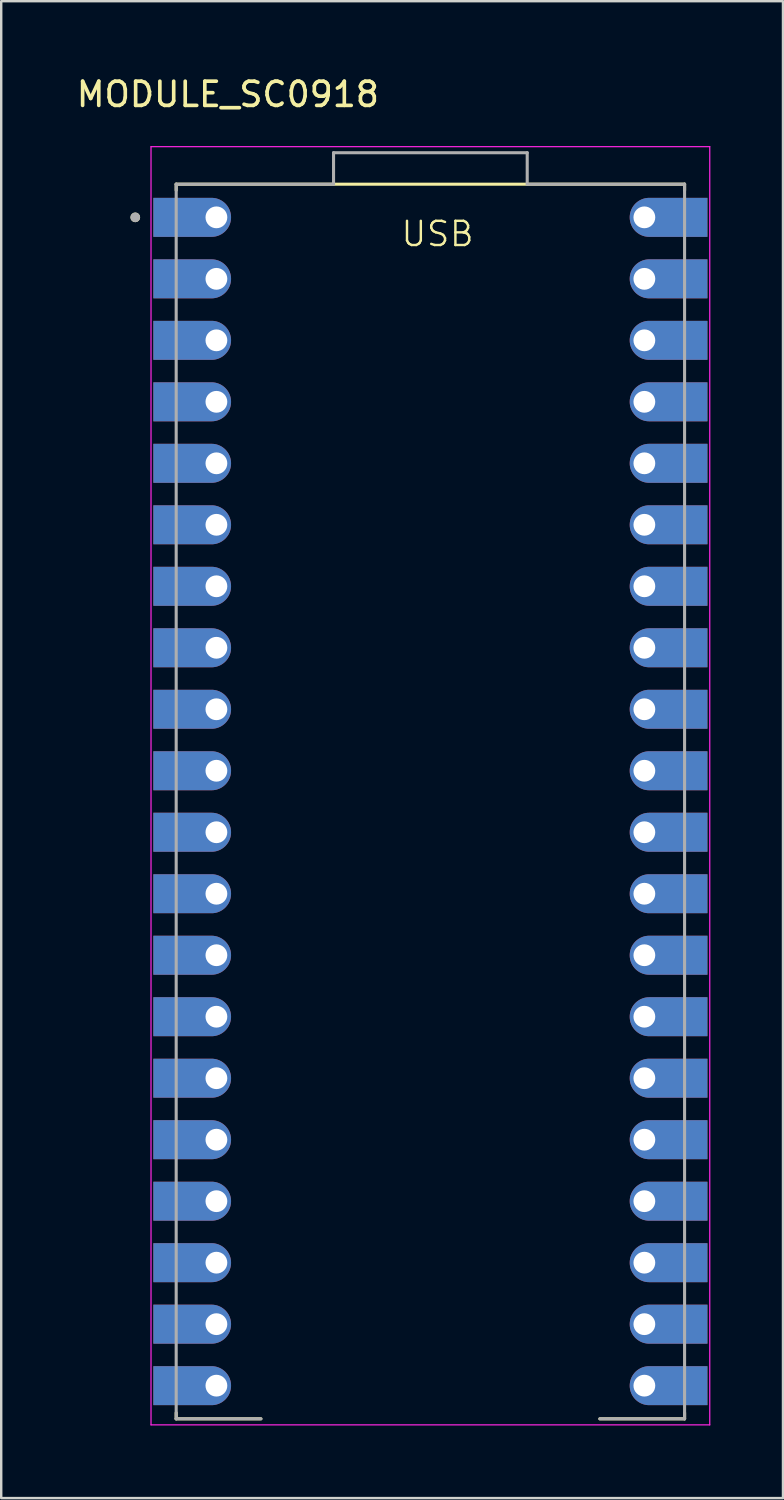
<source format=kicad_pcb>
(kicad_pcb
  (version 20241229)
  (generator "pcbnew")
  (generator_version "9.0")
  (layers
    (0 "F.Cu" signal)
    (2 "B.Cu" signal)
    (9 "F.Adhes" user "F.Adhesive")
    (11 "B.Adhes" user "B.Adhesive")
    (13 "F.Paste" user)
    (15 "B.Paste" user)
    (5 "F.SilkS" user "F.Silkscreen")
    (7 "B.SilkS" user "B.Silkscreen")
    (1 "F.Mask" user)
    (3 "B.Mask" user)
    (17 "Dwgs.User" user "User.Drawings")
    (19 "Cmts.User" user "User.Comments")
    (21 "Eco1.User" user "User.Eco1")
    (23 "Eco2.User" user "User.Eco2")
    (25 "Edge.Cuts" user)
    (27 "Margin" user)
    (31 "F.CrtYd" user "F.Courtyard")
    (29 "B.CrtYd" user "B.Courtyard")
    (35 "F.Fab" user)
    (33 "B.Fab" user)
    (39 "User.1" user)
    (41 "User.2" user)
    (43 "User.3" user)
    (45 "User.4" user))
  (footprint "MODULE_SC0918"
    (layer "F.Cu")
    (at 14.728 30.058)
    (property "Reference" "MODULE_SC0918" (at -8.365 -29.21 0) (layer "F.SilkS") (effects (font (size 1 1) (thickness 0.15))))
    (attr through_hole)
    (fp_poly (pts (xy -11.39 -23.23) (xy -11.39 -25.03) (xy -8.89 -25.03) (xy -8.843 -25.029) (xy -8.796 -25.025) (xy -8.749 -25.019) (xy -8.703 -25.01) (xy -8.657 -24.999) (xy -8.612 -24.986) (xy -8.567 -24.97) (xy -8.524 -24.952) (xy -8.481 -24.932) (xy -8.44 -24.909) (xy -8.4 -24.885) (xy -8.361 -24.858) (xy -8.324 -24.829) (xy -8.288 -24.799) (xy -8.254 -24.766) (xy -8.221 -24.732) (xy -8.191 -24.696) (xy -8.162 -24.659) (xy -8.135 -24.62) (xy -8.111 -24.58) (xy -8.088 -24.539) (xy -8.068 -24.496) (xy -8.05 -24.453) (xy -8.034 -24.408) (xy -8.021 -24.363) (xy -8.01 -24.317) (xy -8.001 -24.271) (xy -7.995 -24.224) (xy -7.991 -24.177) (xy -7.99 -24.13) (xy -7.991 -24.083) (xy -7.995 -24.036) (xy -8.001 -23.989) (xy -8.01 -23.943) (xy -8.021 -23.897) (xy -8.034 -23.852) (xy -8.05 -23.807) (xy -8.068 -23.764) (xy -8.088 -23.721) (xy -8.111 -23.68) (xy -8.135 -23.64) (xy -8.162 -23.601) (xy -8.191 -23.564) (xy -8.221 -23.528) (xy -8.254 -23.494) (xy -8.288 -23.461) (xy -8.324 -23.431) (xy -8.361 -23.402) (xy -8.4 -23.375) (xy -8.44 -23.351) (xy -8.481 -23.328) (xy -8.524 -23.308) (xy -8.567 -23.29) (xy -8.612 -23.274) (xy -8.657 -23.261) (xy -8.703 -23.25) (xy -8.749 -23.241) (xy -8.796 -23.235) (xy -8.843 -23.231) (xy -8.89 -23.23) (xy -11.39 -23.23)) (stroke (width 0.01) (type solid)) (fill yes) (layer "F.Mask"))
    (fp_poly (pts (xy -11.39 -20.69) (xy -11.39 -22.49) (xy -8.89 -22.49) (xy -8.843 -22.489) (xy -8.796 -22.485) (xy -8.749 -22.479) (xy -8.703 -22.47) (xy -8.657 -22.459) (xy -8.612 -22.446) (xy -8.567 -22.43) (xy -8.524 -22.412) (xy -8.481 -22.392) (xy -8.44 -22.369) (xy -8.4 -22.345) (xy -8.361 -22.318) (xy -8.324 -22.289) (xy -8.288 -22.259) (xy -8.254 -22.226) (xy -8.221 -22.192) (xy -8.191 -22.156) (xy -8.162 -22.119) (xy -8.135 -22.08) (xy -8.111 -22.04) (xy -8.088 -21.999) (xy -8.068 -21.956) (xy -8.05 -21.913) (xy -8.034 -21.868) (xy -8.021 -21.823) (xy -8.01 -21.777) (xy -8.001 -21.731) (xy -7.995 -21.684) (xy -7.991 -21.637) (xy -7.99 -21.59) (xy -7.991 -21.543) (xy -7.995 -21.496) (xy -8.001 -21.449) (xy -8.01 -21.403) (xy -8.021 -21.357) (xy -8.034 -21.312) (xy -8.05 -21.267) (xy -8.068 -21.224) (xy -8.088 -21.181) (xy -8.111 -21.14) (xy -8.135 -21.1) (xy -8.162 -21.061) (xy -8.191 -21.024) (xy -8.221 -20.988) (xy -8.254 -20.954) (xy -8.288 -20.921) (xy -8.324 -20.891) (xy -8.361 -20.862) (xy -8.4 -20.835) (xy -8.44 -20.811) (xy -8.481 -20.788) (xy -8.524 -20.768) (xy -8.567 -20.75) (xy -8.612 -20.734) (xy -8.657 -20.721) (xy -8.703 -20.71) (xy -8.749 -20.701) (xy -8.796 -20.695) (xy -8.843 -20.691) (xy -8.89 -20.69) (xy -11.39 -20.69)) (stroke (width 0.01) (type solid)) (fill yes) (layer "F.Mask"))
    (fp_poly (pts (xy -11.39 -15.61) (xy -11.39 -17.41) (xy -8.89 -17.41) (xy -8.843 -17.409) (xy -8.796 -17.405) (xy -8.749 -17.399) (xy -8.703 -17.39) (xy -8.657 -17.379) (xy -8.612 -17.366) (xy -8.567 -17.35) (xy -8.524 -17.332) (xy -8.481 -17.312) (xy -8.44 -17.289) (xy -8.4 -17.265) (xy -8.361 -17.238) (xy -8.324 -17.209) (xy -8.288 -17.179) (xy -8.254 -17.146) (xy -8.221 -17.112) (xy -8.191 -17.076) (xy -8.162 -17.039) (xy -8.135 -17) (xy -8.111 -16.96) (xy -8.088 -16.919) (xy -8.068 -16.876) (xy -8.05 -16.833) (xy -8.034 -16.788) (xy -8.021 -16.743) (xy -8.01 -16.697) (xy -8.001 -16.651) (xy -7.995 -16.604) (xy -7.991 -16.557) (xy -7.99 -16.51) (xy -7.991 -16.463) (xy -7.995 -16.416) (xy -8.001 -16.369) (xy -8.01 -16.323) (xy -8.021 -16.277) (xy -8.034 -16.232) (xy -8.05 -16.187) (xy -8.068 -16.144) (xy -8.088 -16.101) (xy -8.111 -16.06) (xy -8.135 -16.02) (xy -8.162 -15.981) (xy -8.191 -15.944) (xy -8.221 -15.908) (xy -8.254 -15.874) (xy -8.288 -15.841) (xy -8.324 -15.811) (xy -8.361 -15.782) (xy -8.4 -15.755) (xy -8.44 -15.731) (xy -8.481 -15.708) (xy -8.524 -15.688) (xy -8.567 -15.67) (xy -8.612 -15.654) (xy -8.657 -15.641) (xy -8.703 -15.63) (xy -8.749 -15.621) (xy -8.796 -15.615) (xy -8.843 -15.611) (xy -8.89 -15.61) (xy -11.39 -15.61)) (stroke (width 0.01) (type solid)) (fill yes) (layer "F.Mask"))
    (fp_poly (pts (xy -11.39 -13.07) (xy -11.39 -14.87) (xy -8.89 -14.87) (xy -8.843 -14.869) (xy -8.796 -14.865) (xy -8.749 -14.859) (xy -8.703 -14.85) (xy -8.657 -14.839) (xy -8.612 -14.826) (xy -8.567 -14.81) (xy -8.524 -14.792) (xy -8.481 -14.772) (xy -8.44 -14.749) (xy -8.4 -14.725) (xy -8.361 -14.698) (xy -8.324 -14.669) (xy -8.288 -14.639) (xy -8.254 -14.606) (xy -8.221 -14.572) (xy -8.191 -14.536) (xy -8.162 -14.499) (xy -8.135 -14.46) (xy -8.111 -14.42) (xy -8.088 -14.379) (xy -8.068 -14.336) (xy -8.05 -14.293) (xy -8.034 -14.248) (xy -8.021 -14.203) (xy -8.01 -14.157) (xy -8.001 -14.111) (xy -7.995 -14.064) (xy -7.991 -14.017) (xy -7.99 -13.97) (xy -7.991 -13.923) (xy -7.995 -13.876) (xy -8.001 -13.829) (xy -8.01 -13.783) (xy -8.021 -13.737) (xy -8.034 -13.692) (xy -8.05 -13.647) (xy -8.068 -13.604) (xy -8.088 -13.561) (xy -8.111 -13.52) (xy -8.135 -13.48) (xy -8.162 -13.441) (xy -8.191 -13.404) (xy -8.221 -13.368) (xy -8.254 -13.334) (xy -8.288 -13.301) (xy -8.324 -13.271) (xy -8.361 -13.242) (xy -8.4 -13.215) (xy -8.44 -13.191) (xy -8.481 -13.168) (xy -8.524 -13.148) (xy -8.567 -13.13) (xy -8.612 -13.114) (xy -8.657 -13.101) (xy -8.703 -13.09) (xy -8.749 -13.081) (xy -8.796 -13.075) (xy -8.843 -13.071) (xy -8.89 -13.07) (xy -11.39 -13.07)) (stroke (width 0.01) (type solid)) (fill yes) (layer "F.Mask"))
    (fp_poly (pts (xy -11.39 -10.53) (xy -11.39 -12.33) (xy -8.89 -12.33) (xy -8.843 -12.329) (xy -8.796 -12.325) (xy -8.749 -12.319) (xy -8.703 -12.31) (xy -8.657 -12.299) (xy -8.612 -12.286) (xy -8.567 -12.27) (xy -8.524 -12.252) (xy -8.481 -12.232) (xy -8.44 -12.209) (xy -8.4 -12.185) (xy -8.361 -12.158) (xy -8.324 -12.129) (xy -8.288 -12.099) (xy -8.254 -12.066) (xy -8.221 -12.032) (xy -8.191 -11.996) (xy -8.162 -11.959) (xy -8.135 -11.92) (xy -8.111 -11.88) (xy -8.088 -11.839) (xy -8.068 -11.796) (xy -8.05 -11.753) (xy -8.034 -11.708) (xy -8.021 -11.663) (xy -8.01 -11.617) (xy -8.001 -11.571) (xy -7.995 -11.524) (xy -7.991 -11.477) (xy -7.99 -11.43) (xy -7.991 -11.383) (xy -7.995 -11.336) (xy -8.001 -11.289) (xy -8.01 -11.243) (xy -8.021 -11.197) (xy -8.034 -11.152) (xy -8.05 -11.107) (xy -8.068 -11.064) (xy -8.088 -11.021) (xy -8.111 -10.98) (xy -8.135 -10.94) (xy -8.162 -10.901) (xy -8.191 -10.864) (xy -8.221 -10.828) (xy -8.254 -10.794) (xy -8.288 -10.761) (xy -8.324 -10.731) (xy -8.361 -10.702) (xy -8.4 -10.675) (xy -8.44 -10.651) (xy -8.481 -10.628) (xy -8.524 -10.608) (xy -8.567 -10.59) (xy -8.612 -10.574) (xy -8.657 -10.561) (xy -8.703 -10.55) (xy -8.749 -10.541) (xy -8.796 -10.535) (xy -8.843 -10.531) (xy -8.89 -10.53) (xy -11.39 -10.53)) (stroke (width 0.01) (type solid)) (fill yes) (layer "F.Mask"))
    (fp_poly (pts (xy -11.39 -7.99) (xy -11.39 -9.79) (xy -8.89 -9.79) (xy -8.843 -9.789) (xy -8.796 -9.785) (xy -8.749 -9.779) (xy -8.703 -9.77) (xy -8.657 -9.759) (xy -8.612 -9.746) (xy -8.567 -9.73) (xy -8.524 -9.712) (xy -8.481 -9.692) (xy -8.44 -9.669) (xy -8.4 -9.645) (xy -8.361 -9.618) (xy -8.324 -9.589) (xy -8.288 -9.559) (xy -8.254 -9.526) (xy -8.221 -9.492) (xy -8.191 -9.456) (xy -8.162 -9.419) (xy -8.135 -9.38) (xy -8.111 -9.34) (xy -8.088 -9.299) (xy -8.068 -9.256) (xy -8.05 -9.213) (xy -8.034 -9.168) (xy -8.021 -9.123) (xy -8.01 -9.077) (xy -8.001 -9.031) (xy -7.995 -8.984) (xy -7.991 -8.937) (xy -7.99 -8.89) (xy -7.991 -8.843) (xy -7.995 -8.796) (xy -8.001 -8.749) (xy -8.01 -8.703) (xy -8.021 -8.657) (xy -8.034 -8.612) (xy -8.05 -8.567) (xy -8.068 -8.524) (xy -8.088 -8.481) (xy -8.111 -8.44) (xy -8.135 -8.4) (xy -8.162 -8.361) (xy -8.191 -8.324) (xy -8.221 -8.288) (xy -8.254 -8.254) (xy -8.288 -8.221) (xy -8.324 -8.191) (xy -8.361 -8.162) (xy -8.4 -8.135) (xy -8.44 -8.111) (xy -8.481 -8.088) (xy -8.524 -8.068) (xy -8.567 -8.05) (xy -8.612 -8.034) (xy -8.657 -8.021) (xy -8.703 -8.01) (xy -8.749 -8.001) (xy -8.796 -7.995) (xy -8.843 -7.991) (xy -8.89 -7.99) (xy -11.39 -7.99)) (stroke (width 0.01) (type solid)) (fill yes) (layer "F.Mask"))
    (fp_poly (pts (xy -11.39 -2.91) (xy -11.39 -4.71) (xy -8.89 -4.71) (xy -8.843 -4.709) (xy -8.796 -4.705) (xy -8.749 -4.699) (xy -8.703 -4.69) (xy -8.657 -4.679) (xy -8.612 -4.666) (xy -8.567 -4.65) (xy -8.524 -4.632) (xy -8.481 -4.612) (xy -8.44 -4.589) (xy -8.4 -4.565) (xy -8.361 -4.538) (xy -8.324 -4.509) (xy -8.288 -4.479) (xy -8.254 -4.446) (xy -8.221 -4.412) (xy -8.191 -4.376) (xy -8.162 -4.339) (xy -8.135 -4.3) (xy -8.111 -4.26) (xy -8.088 -4.219) (xy -8.068 -4.176) (xy -8.05 -4.133) (xy -8.034 -4.088) (xy -8.021 -4.043) (xy -8.01 -3.997) (xy -8.001 -3.951) (xy -7.995 -3.904) (xy -7.991 -3.857) (xy -7.99 -3.81) (xy -7.991 -3.763) (xy -7.995 -3.716) (xy -8.001 -3.669) (xy -8.01 -3.623) (xy -8.021 -3.577) (xy -8.034 -3.532) (xy -8.05 -3.487) (xy -8.068 -3.444) (xy -8.088 -3.401) (xy -8.111 -3.36) (xy -8.135 -3.32) (xy -8.162 -3.281) (xy -8.191 -3.244) (xy -8.221 -3.208) (xy -8.254 -3.174) (xy -8.288 -3.141) (xy -8.324 -3.111) (xy -8.361 -3.082) (xy -8.4 -3.055) (xy -8.44 -3.031) (xy -8.481 -3.008) (xy -8.524 -2.988) (xy -8.567 -2.97) (xy -8.612 -2.954) (xy -8.657 -2.941) (xy -8.703 -2.93) (xy -8.749 -2.921) (xy -8.796 -2.915) (xy -8.843 -2.911) (xy -8.89 -2.91) (xy -11.39 -2.91)) (stroke (width 0.01) (type solid)) (fill yes) (layer "F.Mask"))
    (fp_poly (pts (xy -11.39 -0.37) (xy -11.39 -2.17) (xy -8.89 -2.17) (xy -8.843 -2.169) (xy -8.796 -2.165) (xy -8.749 -2.159) (xy -8.703 -2.15) (xy -8.657 -2.139) (xy -8.612 -2.126) (xy -8.567 -2.11) (xy -8.524 -2.092) (xy -8.481 -2.072) (xy -8.44 -2.049) (xy -8.4 -2.025) (xy -8.361 -1.998) (xy -8.324 -1.969) (xy -8.288 -1.939) (xy -8.254 -1.906) (xy -8.221 -1.872) (xy -8.191 -1.836) (xy -8.162 -1.799) (xy -8.135 -1.76) (xy -8.111 -1.72) (xy -8.088 -1.679) (xy -8.068 -1.636) (xy -8.05 -1.593) (xy -8.034 -1.548) (xy -8.021 -1.503) (xy -8.01 -1.457) (xy -8.001 -1.411) (xy -7.995 -1.364) (xy -7.991 -1.317) (xy -7.99 -1.27) (xy -7.991 -1.223) (xy -7.995 -1.176) (xy -8.001 -1.129) (xy -8.01 -1.083) (xy -8.021 -1.037) (xy -8.034 -0.992) (xy -8.05 -0.947) (xy -8.068 -0.904) (xy -8.088 -0.861) (xy -8.111 -0.82) (xy -8.135 -0.78) (xy -8.162 -0.741) (xy -8.191 -0.704) (xy -8.221 -0.668) (xy -8.254 -0.634) (xy -8.288 -0.601) (xy -8.324 -0.571) (xy -8.361 -0.542) (xy -8.4 -0.515) (xy -8.44 -0.491) (xy -8.481 -0.468) (xy -8.524 -0.448) (xy -8.567 -0.43) (xy -8.612 -0.414) (xy -8.657 -0.401) (xy -8.703 -0.39) (xy -8.749 -0.381) (xy -8.796 -0.375) (xy -8.843 -0.371) (xy -8.89 -0.37) (xy -11.39 -0.37)) (stroke (width 0.01) (type solid)) (fill yes) (layer "F.Mask"))
    (fp_poly (pts (xy -11.39 2.17) (xy -11.39 0.37) (xy -8.89 0.37) (xy -8.843 0.371) (xy -8.796 0.375) (xy -8.749 0.381) (xy -8.703 0.39) (xy -8.657 0.401) (xy -8.612 0.414) (xy -8.567 0.43) (xy -8.524 0.448) (xy -8.481 0.468) (xy -8.44 0.491) (xy -8.4 0.515) (xy -8.361 0.542) (xy -8.324 0.571) (xy -8.288 0.601) (xy -8.254 0.634) (xy -8.221 0.668) (xy -8.191 0.704) (xy -8.162 0.741) (xy -8.135 0.78) (xy -8.111 0.82) (xy -8.088 0.861) (xy -8.068 0.904) (xy -8.05 0.947) (xy -8.034 0.992) (xy -8.021 1.037) (xy -8.01 1.083) (xy -8.001 1.129) (xy -7.995 1.176) (xy -7.991 1.223) (xy -7.99 1.27) (xy -7.991 1.317) (xy -7.995 1.364) (xy -8.001 1.411) (xy -8.01 1.457) (xy -8.021 1.503) (xy -8.034 1.548) (xy -8.05 1.593) (xy -8.068 1.636) (xy -8.088 1.679) (xy -8.111 1.72) (xy -8.135 1.76) (xy -8.162 1.799) (xy -8.191 1.836) (xy -8.221 1.872) (xy -8.254 1.906) (xy -8.288 1.939) (xy -8.324 1.969) (xy -8.361 1.998) (xy -8.4 2.025) (xy -8.44 2.049) (xy -8.481 2.072) (xy -8.524 2.092) (xy -8.567 2.11) (xy -8.612 2.126) (xy -8.657 2.139) (xy -8.703 2.15) (xy -8.749 2.159) (xy -8.796 2.165) (xy -8.843 2.169) (xy -8.89 2.17) (xy -11.39 2.17)) (stroke (width 0.01) (type solid)) (fill yes) (layer "F.Mask"))
    (fp_poly (pts (xy -11.39 4.71) (xy -11.39 2.91) (xy -8.89 2.91) (xy -8.843 2.911) (xy -8.796 2.915) (xy -8.749 2.921) (xy -8.703 2.93) (xy -8.657 2.941) (xy -8.612 2.954) (xy -8.567 2.97) (xy -8.524 2.988) (xy -8.481 3.008) (xy -8.44 3.031) (xy -8.4 3.055) (xy -8.361 3.082) (xy -8.324 3.111) (xy -8.288 3.141) (xy -8.254 3.174) (xy -8.221 3.208) (xy -8.191 3.244) (xy -8.162 3.281) (xy -8.135 3.32) (xy -8.111 3.36) (xy -8.088 3.401) (xy -8.068 3.444) (xy -8.05 3.487) (xy -8.034 3.532) (xy -8.021 3.577) (xy -8.01 3.623) (xy -8.001 3.669) (xy -7.995 3.716) (xy -7.991 3.763) (xy -7.99 3.81) (xy -7.991 3.857) (xy -7.995 3.904) (xy -8.001 3.951) (xy -8.01 3.997) (xy -8.021 4.043) (xy -8.034 4.088) (xy -8.05 4.133) (xy -8.068 4.176) (xy -8.088 4.219) (xy -8.111 4.26) (xy -8.135 4.3) (xy -8.162 4.339) (xy -8.191 4.376) (xy -8.221 4.412) (xy -8.254 4.446) (xy -8.288 4.479) (xy -8.324 4.509) (xy -8.361 4.538) (xy -8.4 4.565) (xy -8.44 4.589) (xy -8.481 4.612) (xy -8.524 4.632) (xy -8.567 4.65) (xy -8.612 4.666) (xy -8.657 4.679) (xy -8.703 4.69) (xy -8.749 4.699) (xy -8.796 4.705) (xy -8.843 4.709) (xy -8.89 4.71) (xy -11.39 4.71)) (stroke (width 0.01) (type solid)) (fill yes) (layer "F.Mask"))
    (fp_poly (pts (xy -11.39 9.79) (xy -11.39 7.99) (xy -8.89 7.99) (xy -8.843 7.991) (xy -8.796 7.995) (xy -8.749 8.001) (xy -8.703 8.01) (xy -8.657 8.021) (xy -8.612 8.034) (xy -8.567 8.05) (xy -8.524 8.068) (xy -8.481 8.088) (xy -8.44 8.111) (xy -8.4 8.135) (xy -8.361 8.162) (xy -8.324 8.191) (xy -8.288 8.221) (xy -8.254 8.254) (xy -8.221 8.288) (xy -8.191 8.324) (xy -8.162 8.361) (xy -8.135 8.4) (xy -8.111 8.44) (xy -8.088 8.481) (xy -8.068 8.524) (xy -8.05 8.567) (xy -8.034 8.612) (xy -8.021 8.657) (xy -8.01 8.703) (xy -8.001 8.749) (xy -7.995 8.796) (xy -7.991 8.843) (xy -7.99 8.89) (xy -7.991 8.937) (xy -7.995 8.984) (xy -8.001 9.031) (xy -8.01 9.077) (xy -8.021 9.123) (xy -8.034 9.168) (xy -8.05 9.213) (xy -8.068 9.256) (xy -8.088 9.299) (xy -8.111 9.34) (xy -8.135 9.38) (xy -8.162 9.419) (xy -8.191 9.456) (xy -8.221 9.492) (xy -8.254 9.526) (xy -8.288 9.559) (xy -8.324 9.589) (xy -8.361 9.618) (xy -8.4 9.645) (xy -8.44 9.669) (xy -8.481 9.692) (xy -8.524 9.712) (xy -8.567 9.73) (xy -8.612 9.746) (xy -8.657 9.759) (xy -8.703 9.77) (xy -8.749 9.779) (xy -8.796 9.785) (xy -8.843 9.789) (xy -8.89 9.79) (xy -11.39 9.79)) (stroke (width 0.01) (type solid)) (fill yes) (layer "F.Mask"))
    (fp_poly (pts (xy -11.39 12.33) (xy -11.39 10.53) (xy -8.89 10.53) (xy -8.843 10.531) (xy -8.796 10.535) (xy -8.749 10.541) (xy -8.703 10.55) (xy -8.657 10.561) (xy -8.612 10.574) (xy -8.567 10.59) (xy -8.524 10.608) (xy -8.481 10.628) (xy -8.44 10.651) (xy -8.4 10.675) (xy -8.361 10.702) (xy -8.324 10.731) (xy -8.288 10.761) (xy -8.254 10.794) (xy -8.221 10.828) (xy -8.191 10.864) (xy -8.162 10.901) (xy -8.135 10.94) (xy -8.111 10.98) (xy -8.088 11.021) (xy -8.068 11.064) (xy -8.05 11.107) (xy -8.034 11.152) (xy -8.021 11.197) (xy -8.01 11.243) (xy -8.001 11.289) (xy -7.995 11.336) (xy -7.991 11.383) (xy -7.99 11.43) (xy -7.991 11.477) (xy -7.995 11.524) (xy -8.001 11.571) (xy -8.01 11.617) (xy -8.021 11.663) (xy -8.034 11.708) (xy -8.05 11.753) (xy -8.068 11.796) (xy -8.088 11.839) (xy -8.111 11.88) (xy -8.135 11.92) (xy -8.162 11.959) (xy -8.191 11.996) (xy -8.221 12.032) (xy -8.254 12.066) (xy -8.288 12.099) (xy -8.324 12.129) (xy -8.361 12.158) (xy -8.4 12.185) (xy -8.44 12.209) (xy -8.481 12.232) (xy -8.524 12.252) (xy -8.567 12.27) (xy -8.612 12.286) (xy -8.657 12.299) (xy -8.703 12.31) (xy -8.749 12.319) (xy -8.796 12.325) (xy -8.843 12.329) (xy -8.89 12.33) (xy -11.39 12.33)) (stroke (width 0.01) (type solid)) (fill yes) (layer "F.Mask"))
    (fp_poly (pts (xy -11.39 14.87) (xy -11.39 13.07) (xy -8.89 13.07) (xy -8.843 13.071) (xy -8.796 13.075) (xy -8.749 13.081) (xy -8.703 13.09) (xy -8.657 13.101) (xy -8.612 13.114) (xy -8.567 13.13) (xy -8.524 13.148) (xy -8.481 13.168) (xy -8.44 13.191) (xy -8.4 13.215) (xy -8.361 13.242) (xy -8.324 13.271) (xy -8.288 13.301) (xy -8.254 13.334) (xy -8.221 13.368) (xy -8.191 13.404) (xy -8.162 13.441) (xy -8.135 13.48) (xy -8.111 13.52) (xy -8.088 13.561) (xy -8.068 13.604) (xy -8.05 13.647) (xy -8.034 13.692) (xy -8.021 13.737) (xy -8.01 13.783) (xy -8.001 13.829) (xy -7.995 13.876) (xy -7.991 13.923) (xy -7.99 13.97) (xy -7.991 14.017) (xy -7.995 14.064) (xy -8.001 14.111) (xy -8.01 14.157) (xy -8.021 14.203) (xy -8.034 14.248) (xy -8.05 14.293) (xy -8.068 14.336) (xy -8.088 14.379) (xy -8.111 14.42) (xy -8.135 14.46) (xy -8.162 14.499) (xy -8.191 14.536) (xy -8.221 14.572) (xy -8.254 14.606) (xy -8.288 14.639) (xy -8.324 14.669) (xy -8.361 14.698) (xy -8.4 14.725) (xy -8.44 14.749) (xy -8.481 14.772) (xy -8.524 14.792) (xy -8.567 14.81) (xy -8.612 14.826) (xy -8.657 14.839) (xy -8.703 14.85) (xy -8.749 14.859) (xy -8.796 14.865) (xy -8.843 14.869) (xy -8.89 14.87) (xy -11.39 14.87)) (stroke (width 0.01) (type solid)) (fill yes) (layer "F.Mask"))
    (fp_poly (pts (xy -11.39 17.41) (xy -11.39 15.61) (xy -8.89 15.61) (xy -8.843 15.611) (xy -8.796 15.615) (xy -8.749 15.621) (xy -8.703 15.63) (xy -8.657 15.641) (xy -8.612 15.654) (xy -8.567 15.67) (xy -8.524 15.688) (xy -8.481 15.708) (xy -8.44 15.731) (xy -8.4 15.755) (xy -8.361 15.782) (xy -8.324 15.811) (xy -8.288 15.841) (xy -8.254 15.874) (xy -8.221 15.908) (xy -8.191 15.944) (xy -8.162 15.981) (xy -8.135 16.02) (xy -8.111 16.06) (xy -8.088 16.101) (xy -8.068 16.144) (xy -8.05 16.187) (xy -8.034 16.232) (xy -8.021 16.277) (xy -8.01 16.323) (xy -8.001 16.369) (xy -7.995 16.416) (xy -7.991 16.463) (xy -7.99 16.51) (xy -7.991 16.557) (xy -7.995 16.604) (xy -8.001 16.651) (xy -8.01 16.697) (xy -8.021 16.743) (xy -8.034 16.788) (xy -8.05 16.833) (xy -8.068 16.876) (xy -8.088 16.919) (xy -8.111 16.96) (xy -8.135 17) (xy -8.162 17.039) (xy -8.191 17.076) (xy -8.221 17.112) (xy -8.254 17.146) (xy -8.288 17.179) (xy -8.324 17.209) (xy -8.361 17.238) (xy -8.4 17.265) (xy -8.44 17.289) (xy -8.481 17.312) (xy -8.524 17.332) (xy -8.567 17.35) (xy -8.612 17.366) (xy -8.657 17.379) (xy -8.703 17.39) (xy -8.749 17.399) (xy -8.796 17.405) (xy -8.843 17.409) (xy -8.89 17.41) (xy -11.39 17.41)) (stroke (width 0.01) (type solid)) (fill yes) (layer "F.Mask"))
    (fp_poly (pts (xy -11.39 22.49) (xy -11.39 20.69) (xy -8.89 20.69) (xy -8.843 20.691) (xy -8.796 20.695) (xy -8.749 20.701) (xy -8.703 20.71) (xy -8.657 20.721) (xy -8.612 20.734) (xy -8.567 20.75) (xy -8.524 20.768) (xy -8.481 20.788) (xy -8.44 20.811) (xy -8.4 20.835) (xy -8.361 20.862) (xy -8.324 20.891) (xy -8.288 20.921) (xy -8.254 20.954) (xy -8.221 20.988) (xy -8.191 21.024) (xy -8.162 21.061) (xy -8.135 21.1) (xy -8.111 21.14) (xy -8.088 21.181) (xy -8.068 21.224) (xy -8.05 21.267) (xy -8.034 21.312) (xy -8.021 21.357) (xy -8.01 21.403) (xy -8.001 21.449) (xy -7.995 21.496) (xy -7.991 21.543) (xy -7.99 21.59) (xy -7.991 21.637) (xy -7.995 21.684) (xy -8.001 21.731) (xy -8.01 21.777) (xy -8.021 21.823) (xy -8.034 21.868) (xy -8.05 21.913) (xy -8.068 21.956) (xy -8.088 21.999) (xy -8.111 22.04) (xy -8.135 22.08) (xy -8.162 22.119) (xy -8.191 22.156) (xy -8.221 22.192) (xy -8.254 22.226) (xy -8.288 22.259) (xy -8.324 22.289) (xy -8.361 22.318) (xy -8.4 22.345) (xy -8.44 22.369) (xy -8.481 22.392) (xy -8.524 22.412) (xy -8.567 22.43) (xy -8.612 22.446) (xy -8.657 22.459) (xy -8.703 22.47) (xy -8.749 22.479) (xy -8.796 22.485) (xy -8.843 22.489) (xy -8.89 22.49) (xy -11.39 22.49)) (stroke (width 0.01) (type solid)) (fill yes) (layer "F.Mask"))
    (fp_poly (pts (xy -11.39 25.03) (xy -11.39 23.23) (xy -8.89 23.23) (xy -8.843 23.231) (xy -8.796 23.235) (xy -8.749 23.241) (xy -8.703 23.25) (xy -8.657 23.261) (xy -8.612 23.274) (xy -8.567 23.29) (xy -8.524 23.308) (xy -8.481 23.328) (xy -8.44 23.351) (xy -8.4 23.375) (xy -8.361 23.402) (xy -8.324 23.431) (xy -8.288 23.461) (xy -8.254 23.494) (xy -8.221 23.528) (xy -8.191 23.564) (xy -8.162 23.601) (xy -8.135 23.64) (xy -8.111 23.68) (xy -8.088 23.721) (xy -8.068 23.764) (xy -8.05 23.807) (xy -8.034 23.852) (xy -8.021 23.897) (xy -8.01 23.943) (xy -8.001 23.989) (xy -7.995 24.036) (xy -7.991 24.083) (xy -7.99 24.13) (xy -7.991 24.177) (xy -7.995 24.224) (xy -8.001 24.271) (xy -8.01 24.317) (xy -8.021 24.363) (xy -8.034 24.408) (xy -8.05 24.453) (xy -8.068 24.496) (xy -8.088 24.539) (xy -8.111 24.58) (xy -8.135 24.62) (xy -8.162 24.659) (xy -8.191 24.696) (xy -8.221 24.732) (xy -8.254 24.766) (xy -8.288 24.799) (xy -8.324 24.829) (xy -8.361 24.858) (xy -8.4 24.885) (xy -8.44 24.909) (xy -8.481 24.932) (xy -8.524 24.952) (xy -8.567 24.97) (xy -8.612 24.986) (xy -8.657 24.999) (xy -8.703 25.01) (xy -8.749 25.019) (xy -8.796 25.025) (xy -8.843 25.029) (xy -8.89 25.03) (xy -11.39 25.03)) (stroke (width 0.01) (type solid)) (fill yes) (layer "F.Mask"))
    (fp_poly (pts (xy 11.39 -23.23) (xy 11.39 -25.03) (xy 8.89 -25.03) (xy 8.843 -25.029) (xy 8.796 -25.025) (xy 8.749 -25.019) (xy 8.703 -25.01) (xy 8.657 -24.999) (xy 8.612 -24.986) (xy 8.567 -24.97) (xy 8.524 -24.952) (xy 8.481 -24.932) (xy 8.44 -24.909) (xy 8.4 -24.885) (xy 8.361 -24.858) (xy 8.324 -24.829) (xy 8.288 -24.799) (xy 8.254 -24.766) (xy 8.221 -24.732) (xy 8.191 -24.696) (xy 8.162 -24.659) (xy 8.135 -24.62) (xy 8.111 -24.58) (xy 8.088 -24.539) (xy 8.068 -24.496) (xy 8.05 -24.453) (xy 8.034 -24.408) (xy 8.021 -24.363) (xy 8.01 -24.317) (xy 8.001 -24.271) (xy 7.995 -24.224) (xy 7.991 -24.177) (xy 7.99 -24.13) (xy 7.991 -24.083) (xy 7.995 -24.036) (xy 8.001 -23.989) (xy 8.01 -23.943) (xy 8.021 -23.897) (xy 8.034 -23.852) (xy 8.05 -23.807) (xy 8.068 -23.764) (xy 8.088 -23.721) (xy 8.111 -23.68) (xy 8.135 -23.64) (xy 8.162 -23.601) (xy 8.191 -23.564) (xy 8.221 -23.528) (xy 8.254 -23.494) (xy 8.288 -23.461) (xy 8.324 -23.431) (xy 8.361 -23.402) (xy 8.4 -23.375) (xy 8.44 -23.351) (xy 8.481 -23.328) (xy 8.524 -23.308) (xy 8.567 -23.29) (xy 8.612 -23.274) (xy 8.657 -23.261) (xy 8.703 -23.25) (xy 8.749 -23.241) (xy 8.796 -23.235) (xy 8.843 -23.231) (xy 8.89 -23.23) (xy 11.39 -23.23)) (stroke (width 0.01) (type solid)) (fill yes) (layer "F.Mask"))
    (fp_poly (pts (xy 11.39 -20.69) (xy 11.39 -22.49) (xy 8.89 -22.49) (xy 8.843 -22.489) (xy 8.796 -22.485) (xy 8.749 -22.479) (xy 8.703 -22.47) (xy 8.657 -22.459) (xy 8.612 -22.446) (xy 8.567 -22.43) (xy 8.524 -22.412) (xy 8.481 -22.392) (xy 8.44 -22.369) (xy 8.4 -22.345) (xy 8.361 -22.318) (xy 8.324 -22.289) (xy 8.288 -22.259) (xy 8.254 -22.226) (xy 8.221 -22.192) (xy 8.191 -22.156) (xy 8.162 -22.119) (xy 8.135 -22.08) (xy 8.111 -22.04) (xy 8.088 -21.999) (xy 8.068 -21.956) (xy 8.05 -21.913) (xy 8.034 -21.868) (xy 8.021 -21.823) (xy 8.01 -21.777) (xy 8.001 -21.731) (xy 7.995 -21.684) (xy 7.991 -21.637) (xy 7.99 -21.59) (xy 7.991 -21.543) (xy 7.995 -21.496) (xy 8.001 -21.449) (xy 8.01 -21.403) (xy 8.021 -21.357) (xy 8.034 -21.312) (xy 8.05 -21.267) (xy 8.068 -21.224) (xy 8.088 -21.181) (xy 8.111 -21.14) (xy 8.135 -21.1) (xy 8.162 -21.061) (xy 8.191 -21.024) (xy 8.221 -20.988) (xy 8.254 -20.954) (xy 8.288 -20.921) (xy 8.324 -20.891) (xy 8.361 -20.862) (xy 8.4 -20.835) (xy 8.44 -20.811) (xy 8.481 -20.788) (xy 8.524 -20.768) (xy 8.567 -20.75) (xy 8.612 -20.734) (xy 8.657 -20.721) (xy 8.703 -20.71) (xy 8.749 -20.701) (xy 8.796 -20.695) (xy 8.843 -20.691) (xy 8.89 -20.69) (xy 11.39 -20.69)) (stroke (width 0.01) (type solid)) (fill yes) (layer "F.Mask"))
    (fp_poly (pts (xy 11.39 -15.61) (xy 11.39 -17.41) (xy 8.89 -17.41) (xy 8.843 -17.409) (xy 8.796 -17.405) (xy 8.749 -17.399) (xy 8.703 -17.39) (xy 8.657 -17.379) (xy 8.612 -17.366) (xy 8.567 -17.35) (xy 8.524 -17.332) (xy 8.481 -17.312) (xy 8.44 -17.289) (xy 8.4 -17.265) (xy 8.361 -17.238) (xy 8.324 -17.209) (xy 8.288 -17.179) (xy 8.254 -17.146) (xy 8.221 -17.112) (xy 8.191 -17.076) (xy 8.162 -17.039) (xy 8.135 -17) (xy 8.111 -16.96) (xy 8.088 -16.919) (xy 8.068 -16.876) (xy 8.05 -16.833) (xy 8.034 -16.788) (xy 8.021 -16.743) (xy 8.01 -16.697) (xy 8.001 -16.651) (xy 7.995 -16.604) (xy 7.991 -16.557) (xy 7.99 -16.51) (xy 7.991 -16.463) (xy 7.995 -16.416) (xy 8.001 -16.369) (xy 8.01 -16.323) (xy 8.021 -16.277) (xy 8.034 -16.232) (xy 8.05 -16.187) (xy 8.068 -16.144) (xy 8.088 -16.101) (xy 8.111 -16.06) (xy 8.135 -16.02) (xy 8.162 -15.981) (xy 8.191 -15.944) (xy 8.221 -15.908) (xy 8.254 -15.874) (xy 8.288 -15.841) (xy 8.324 -15.811) (xy 8.361 -15.782) (xy 8.4 -15.755) (xy 8.44 -15.731) (xy 8.481 -15.708) (xy 8.524 -15.688) (xy 8.567 -15.67) (xy 8.612 -15.654) (xy 8.657 -15.641) (xy 8.703 -15.63) (xy 8.749 -15.621) (xy 8.796 -15.615) (xy 8.843 -15.611) (xy 8.89 -15.61) (xy 11.39 -15.61)) (stroke (width 0.01) (type solid)) (fill yes) (layer "F.Mask"))
    (fp_poly (pts (xy 11.39 -13.07) (xy 11.39 -14.87) (xy 8.89 -14.87) (xy 8.843 -14.869) (xy 8.796 -14.865) (xy 8.749 -14.859) (xy 8.703 -14.85) (xy 8.657 -14.839) (xy 8.612 -14.826) (xy 8.567 -14.81) (xy 8.524 -14.792) (xy 8.481 -14.772) (xy 8.44 -14.749) (xy 8.4 -14.725) (xy 8.361 -14.698) (xy 8.324 -14.669) (xy 8.288 -14.639) (xy 8.254 -14.606) (xy 8.221 -14.572) (xy 8.191 -14.536) (xy 8.162 -14.499) (xy 8.135 -14.46) (xy 8.111 -14.42) (xy 8.088 -14.379) (xy 8.068 -14.336) (xy 8.05 -14.293) (xy 8.034 -14.248) (xy 8.021 -14.203) (xy 8.01 -14.157) (xy 8.001 -14.111) (xy 7.995 -14.064) (xy 7.991 -14.017) (xy 7.99 -13.97) (xy 7.991 -13.923) (xy 7.995 -13.876) (xy 8.001 -13.829) (xy 8.01 -13.783) (xy 8.021 -13.737) (xy 8.034 -13.692) (xy 8.05 -13.647) (xy 8.068 -13.604) (xy 8.088 -13.561) (xy 8.111 -13.52) (xy 8.135 -13.48) (xy 8.162 -13.441) (xy 8.191 -13.404) (xy 8.221 -13.368) (xy 8.254 -13.334) (xy 8.288 -13.301) (xy 8.324 -13.271) (xy 8.361 -13.242) (xy 8.4 -13.215) (xy 8.44 -13.191) (xy 8.481 -13.168) (xy 8.524 -13.148) (xy 8.567 -13.13) (xy 8.612 -13.114) (xy 8.657 -13.101) (xy 8.703 -13.09) (xy 8.749 -13.081) (xy 8.796 -13.075) (xy 8.843 -13.071) (xy 8.89 -13.07) (xy 11.39 -13.07)) (stroke (width 0.01) (type solid)) (fill yes) (layer "F.Mask"))
    (fp_poly (pts (xy 11.39 -10.53) (xy 11.39 -12.33) (xy 8.89 -12.33) (xy 8.843 -12.329) (xy 8.796 -12.325) (xy 8.749 -12.319) (xy 8.703 -12.31) (xy 8.657 -12.299) (xy 8.612 -12.286) (xy 8.567 -12.27) (xy 8.524 -12.252) (xy 8.481 -12.232) (xy 8.44 -12.209) (xy 8.4 -12.185) (xy 8.361 -12.158) (xy 8.324 -12.129) (xy 8.288 -12.099) (xy 8.254 -12.066) (xy 8.221 -12.032) (xy 8.191 -11.996) (xy 8.162 -11.959) (xy 8.135 -11.92) (xy 8.111 -11.88) (xy 8.088 -11.839) (xy 8.068 -11.796) (xy 8.05 -11.753) (xy 8.034 -11.708) (xy 8.021 -11.663) (xy 8.01 -11.617) (xy 8.001 -11.571) (xy 7.995 -11.524) (xy 7.991 -11.477) (xy 7.99 -11.43) (xy 7.991 -11.383) (xy 7.995 -11.336) (xy 8.001 -11.289) (xy 8.01 -11.243) (xy 8.021 -11.197) (xy 8.034 -11.152) (xy 8.05 -11.107) (xy 8.068 -11.064) (xy 8.088 -11.021) (xy 8.111 -10.98) (xy 8.135 -10.94) (xy 8.162 -10.901) (xy 8.191 -10.864) (xy 8.221 -10.828) (xy 8.254 -10.794) (xy 8.288 -10.761) (xy 8.324 -10.731) (xy 8.361 -10.702) (xy 8.4 -10.675) (xy 8.44 -10.651) (xy 8.481 -10.628) (xy 8.524 -10.608) (xy 8.567 -10.59) (xy 8.612 -10.574) (xy 8.657 -10.561) (xy 8.703 -10.55) (xy 8.749 -10.541) (xy 8.796 -10.535) (xy 8.843 -10.531) (xy 8.89 -10.53) (xy 11.39 -10.53)) (stroke (width 0.01) (type solid)) (fill yes) (layer "F.Mask"))
    (fp_poly (pts (xy 11.39 -7.99) (xy 11.39 -9.79) (xy 8.89 -9.79) (xy 8.843 -9.789) (xy 8.796 -9.785) (xy 8.749 -9.779) (xy 8.703 -9.77) (xy 8.657 -9.759) (xy 8.612 -9.746) (xy 8.567 -9.73) (xy 8.524 -9.712) (xy 8.481 -9.692) (xy 8.44 -9.669) (xy 8.4 -9.645) (xy 8.361 -9.618) (xy 8.324 -9.589) (xy 8.288 -9.559) (xy 8.254 -9.526) (xy 8.221 -9.492) (xy 8.191 -9.456) (xy 8.162 -9.419) (xy 8.135 -9.38) (xy 8.111 -9.34) (xy 8.088 -9.299) (xy 8.068 -9.256) (xy 8.05 -9.213) (xy 8.034 -9.168) (xy 8.021 -9.123) (xy 8.01 -9.077) (xy 8.001 -9.031) (xy 7.995 -8.984) (xy 7.991 -8.937) (xy 7.99 -8.89) (xy 7.991 -8.843) (xy 7.995 -8.796) (xy 8.001 -8.749) (xy 8.01 -8.703) (xy 8.021 -8.657) (xy 8.034 -8.612) (xy 8.05 -8.567) (xy 8.068 -8.524) (xy 8.088 -8.481) (xy 8.111 -8.44) (xy 8.135 -8.4) (xy 8.162 -8.361) (xy 8.191 -8.324) (xy 8.221 -8.288) (xy 8.254 -8.254) (xy 8.288 -8.221) (xy 8.324 -8.191) (xy 8.361 -8.162) (xy 8.4 -8.135) (xy 8.44 -8.111) (xy 8.481 -8.088) (xy 8.524 -8.068) (xy 8.567 -8.05) (xy 8.612 -8.034) (xy 8.657 -8.021) (xy 8.703 -8.01) (xy 8.749 -8.001) (xy 8.796 -7.995) (xy 8.843 -7.991) (xy 8.89 -7.99) (xy 11.39 -7.99)) (stroke (width 0.01) (type solid)) (fill yes) (layer "F.Mask"))
    (fp_poly (pts (xy 11.39 -2.91) (xy 11.39 -4.71) (xy 8.89 -4.71) (xy 8.843 -4.709) (xy 8.796 -4.705) (xy 8.749 -4.699) (xy 8.703 -4.69) (xy 8.657 -4.679) (xy 8.612 -4.666) (xy 8.567 -4.65) (xy 8.524 -4.632) (xy 8.481 -4.612) (xy 8.44 -4.589) (xy 8.4 -4.565) (xy 8.361 -4.538) (xy 8.324 -4.509) (xy 8.288 -4.479) (xy 8.254 -4.446) (xy 8.221 -4.412) (xy 8.191 -4.376) (xy 8.162 -4.339) (xy 8.135 -4.3) (xy 8.111 -4.26) (xy 8.088 -4.219) (xy 8.068 -4.176) (xy 8.05 -4.133) (xy 8.034 -4.088) (xy 8.021 -4.043) (xy 8.01 -3.997) (xy 8.001 -3.951) (xy 7.995 -3.904) (xy 7.991 -3.857) (xy 7.99 -3.81) (xy 7.991 -3.763) (xy 7.995 -3.716) (xy 8.001 -3.669) (xy 8.01 -3.623) (xy 8.021 -3.577) (xy 8.034 -3.532) (xy 8.05 -3.487) (xy 8.068 -3.444) (xy 8.088 -3.401) (xy 8.111 -3.36) (xy 8.135 -3.32) (xy 8.162 -3.281) (xy 8.191 -3.244) (xy 8.221 -3.208) (xy 8.254 -3.174) (xy 8.288 -3.141) (xy 8.324 -3.111) (xy 8.361 -3.082) (xy 8.4 -3.055) (xy 8.44 -3.031) (xy 8.481 -3.008) (xy 8.524 -2.988) (xy 8.567 -2.97) (xy 8.612 -2.954) (xy 8.657 -2.941) (xy 8.703 -2.93) (xy 8.749 -2.921) (xy 8.796 -2.915) (xy 8.843 -2.911) (xy 8.89 -2.91) (xy 11.39 -2.91)) (stroke (width 0.01) (type solid)) (fill yes) (layer "F.Mask"))
    (fp_poly (pts (xy 11.39 -0.37) (xy 11.39 -2.17) (xy 8.89 -2.17) (xy 8.843 -2.169) (xy 8.796 -2.165) (xy 8.749 -2.159) (xy 8.703 -2.15) (xy 8.657 -2.139) (xy 8.612 -2.126) (xy 8.567 -2.11) (xy 8.524 -2.092) (xy 8.481 -2.072) (xy 8.44 -2.049) (xy 8.4 -2.025) (xy 8.361 -1.998) (xy 8.324 -1.969) (xy 8.288 -1.939) (xy 8.254 -1.906) (xy 8.221 -1.872) (xy 8.191 -1.836) (xy 8.162 -1.799) (xy 8.135 -1.76) (xy 8.111 -1.72) (xy 8.088 -1.679) (xy 8.068 -1.636) (xy 8.05 -1.593) (xy 8.034 -1.548) (xy 8.021 -1.503) (xy 8.01 -1.457) (xy 8.001 -1.411) (xy 7.995 -1.364) (xy 7.991 -1.317) (xy 7.99 -1.27) (xy 7.991 -1.223) (xy 7.995 -1.176) (xy 8.001 -1.129) (xy 8.01 -1.083) (xy 8.021 -1.037) (xy 8.034 -0.992) (xy 8.05 -0.947) (xy 8.068 -0.904) (xy 8.088 -0.861) (xy 8.111 -0.82) (xy 8.135 -0.78) (xy 8.162 -0.741) (xy 8.191 -0.704) (xy 8.221 -0.668) (xy 8.254 -0.634) (xy 8.288 -0.601) (xy 8.324 -0.571) (xy 8.361 -0.542) (xy 8.4 -0.515) (xy 8.44 -0.491) (xy 8.481 -0.468) (xy 8.524 -0.448) (xy 8.567 -0.43) (xy 8.612 -0.414) (xy 8.657 -0.401) (xy 8.703 -0.39) (xy 8.749 -0.381) (xy 8.796 -0.375) (xy 8.843 -0.371) (xy 8.89 -0.37) (xy 11.39 -0.37)) (stroke (width 0.01) (type solid)) (fill yes) (layer "F.Mask"))
    (fp_poly (pts (xy 11.39 2.17) (xy 11.39 0.37) (xy 8.89 0.37) (xy 8.843 0.371) (xy 8.796 0.375) (xy 8.749 0.381) (xy 8.703 0.39) (xy 8.657 0.401) (xy 8.612 0.414) (xy 8.567 0.43) (xy 8.524 0.448) (xy 8.481 0.468) (xy 8.44 0.491) (xy 8.4 0.515) (xy 8.361 0.542) (xy 8.324 0.571) (xy 8.288 0.601) (xy 8.254 0.634) (xy 8.221 0.668) (xy 8.191 0.704) (xy 8.162 0.741) (xy 8.135 0.78) (xy 8.111 0.82) (xy 8.088 0.861) (xy 8.068 0.904) (xy 8.05 0.947) (xy 8.034 0.992) (xy 8.021 1.037) (xy 8.01 1.083) (xy 8.001 1.129) (xy 7.995 1.176) (xy 7.991 1.223) (xy 7.99 1.27) (xy 7.991 1.317) (xy 7.995 1.364) (xy 8.001 1.411) (xy 8.01 1.457) (xy 8.021 1.503) (xy 8.034 1.548) (xy 8.05 1.593) (xy 8.068 1.636) (xy 8.088 1.679) (xy 8.111 1.72) (xy 8.135 1.76) (xy 8.162 1.799) (xy 8.191 1.836) (xy 8.221 1.872) (xy 8.254 1.906) (xy 8.288 1.939) (xy 8.324 1.969) (xy 8.361 1.998) (xy 8.4 2.025) (xy 8.44 2.049) (xy 8.481 2.072) (xy 8.524 2.092) (xy 8.567 2.11) (xy 8.612 2.126) (xy 8.657 2.139) (xy 8.703 2.15) (xy 8.749 2.159) (xy 8.796 2.165) (xy 8.843 2.169) (xy 8.89 2.17) (xy 11.39 2.17)) (stroke (width 0.01) (type solid)) (fill yes) (layer "F.Mask"))
    (fp_poly (pts (xy 11.39 4.71) (xy 11.39 2.91) (xy 8.89 2.91) (xy 8.843 2.911) (xy 8.796 2.915) (xy 8.749 2.921) (xy 8.703 2.93) (xy 8.657 2.941) (xy 8.612 2.954) (xy 8.567 2.97) (xy 8.524 2.988) (xy 8.481 3.008) (xy 8.44 3.031) (xy 8.4 3.055) (xy 8.361 3.082) (xy 8.324 3.111) (xy 8.288 3.141) (xy 8.254 3.174) (xy 8.221 3.208) (xy 8.191 3.244) (xy 8.162 3.281) (xy 8.135 3.32) (xy 8.111 3.36) (xy 8.088 3.401) (xy 8.068 3.444) (xy 8.05 3.487) (xy 8.034 3.532) (xy 8.021 3.577) (xy 8.01 3.623) (xy 8.001 3.669) (xy 7.995 3.716) (xy 7.991 3.763) (xy 7.99 3.81) (xy 7.991 3.857) (xy 7.995 3.904) (xy 8.001 3.951) (xy 8.01 3.997) (xy 8.021 4.043) (xy 8.034 4.088) (xy 8.05 4.133) (xy 8.068 4.176) (xy 8.088 4.219) (xy 8.111 4.26) (xy 8.135 4.3) (xy 8.162 4.339) (xy 8.191 4.376) (xy 8.221 4.412) (xy 8.254 4.446) (xy 8.288 4.479) (xy 8.324 4.509) (xy 8.361 4.538) (xy 8.4 4.565) (xy 8.44 4.589) (xy 8.481 4.612) (xy 8.524 4.632) (xy 8.567 4.65) (xy 8.612 4.666) (xy 8.657 4.679) (xy 8.703 4.69) (xy 8.749 4.699) (xy 8.796 4.705) (xy 8.843 4.709) (xy 8.89 4.71) (xy 11.39 4.71)) (stroke (width 0.01) (type solid)) (fill yes) (layer "F.Mask"))
    (fp_poly (pts (xy 11.39 9.79) (xy 11.39 7.99) (xy 8.89 7.99) (xy 8.843 7.991) (xy 8.796 7.995) (xy 8.749 8.001) (xy 8.703 8.01) (xy 8.657 8.021) (xy 8.612 8.034) (xy 8.567 8.05) (xy 8.524 8.068) (xy 8.481 8.088) (xy 8.44 8.111) (xy 8.4 8.135) (xy 8.361 8.162) (xy 8.324 8.191) (xy 8.288 8.221) (xy 8.254 8.254) (xy 8.221 8.288) (xy 8.191 8.324) (xy 8.162 8.361) (xy 8.135 8.4) (xy 8.111 8.44) (xy 8.088 8.481) (xy 8.068 8.524) (xy 8.05 8.567) (xy 8.034 8.612) (xy 8.021 8.657) (xy 8.01 8.703) (xy 8.001 8.749) (xy 7.995 8.796) (xy 7.991 8.843) (xy 7.99 8.89) (xy 7.991 8.937) (xy 7.995 8.984) (xy 8.001 9.031) (xy 8.01 9.077) (xy 8.021 9.123) (xy 8.034 9.168) (xy 8.05 9.213) (xy 8.068 9.256) (xy 8.088 9.299) (xy 8.111 9.34) (xy 8.135 9.38) (xy 8.162 9.419) (xy 8.191 9.456) (xy 8.221 9.492) (xy 8.254 9.526) (xy 8.288 9.559) (xy 8.324 9.589) (xy 8.361 9.618) (xy 8.4 9.645) (xy 8.44 9.669) (xy 8.481 9.692) (xy 8.524 9.712) (xy 8.567 9.73) (xy 8.612 9.746) (xy 8.657 9.759) (xy 8.703 9.77) (xy 8.749 9.779) (xy 8.796 9.785) (xy 8.843 9.789) (xy 8.89 9.79) (xy 11.39 9.79)) (stroke (width 0.01) (type solid)) (fill yes) (layer "F.Mask"))
    (fp_poly (pts (xy 11.39 12.33) (xy 11.39 10.53) (xy 8.89 10.53) (xy 8.843 10.531) (xy 8.796 10.535) (xy 8.749 10.541) (xy 8.703 10.55) (xy 8.657 10.561) (xy 8.612 10.574) (xy 8.567 10.59) (xy 8.524 10.608) (xy 8.481 10.628) (xy 8.44 10.651) (xy 8.4 10.675) (xy 8.361 10.702) (xy 8.324 10.731) (xy 8.288 10.761) (xy 8.254 10.794) (xy 8.221 10.828) (xy 8.191 10.864) (xy 8.162 10.901) (xy 8.135 10.94) (xy 8.111 10.98) (xy 8.088 11.021) (xy 8.068 11.064) (xy 8.05 11.107) (xy 8.034 11.152) (xy 8.021 11.197) (xy 8.01 11.243) (xy 8.001 11.289) (xy 7.995 11.336) (xy 7.991 11.383) (xy 7.99 11.43) (xy 7.991 11.477) (xy 7.995 11.524) (xy 8.001 11.571) (xy 8.01 11.617) (xy 8.021 11.663) (xy 8.034 11.708) (xy 8.05 11.753) (xy 8.068 11.796) (xy 8.088 11.839) (xy 8.111 11.88) (xy 8.135 11.92) (xy 8.162 11.959) (xy 8.191 11.996) (xy 8.221 12.032) (xy 8.254 12.066) (xy 8.288 12.099) (xy 8.324 12.129) (xy 8.361 12.158) (xy 8.4 12.185) (xy 8.44 12.209) (xy 8.481 12.232) (xy 8.524 12.252) (xy 8.567 12.27) (xy 8.612 12.286) (xy 8.657 12.299) (xy 8.703 12.31) (xy 8.749 12.319) (xy 8.796 12.325) (xy 8.843 12.329) (xy 8.89 12.33) (xy 11.39 12.33)) (stroke (width 0.01) (type solid)) (fill yes) (layer "F.Mask"))
    (fp_poly (pts (xy 11.39 14.87) (xy 11.39 13.07) (xy 8.89 13.07) (xy 8.843 13.071) (xy 8.796 13.075) (xy 8.749 13.081) (xy 8.703 13.09) (xy 8.657 13.101) (xy 8.612 13.114) (xy 8.567 13.13) (xy 8.524 13.148) (xy 8.481 13.168) (xy 8.44 13.191) (xy 8.4 13.215) (xy 8.361 13.242) (xy 8.324 13.271) (xy 8.288 13.301) (xy 8.254 13.334) (xy 8.221 13.368) (xy 8.191 13.404) (xy 8.162 13.441) (xy 8.135 13.48) (xy 8.111 13.52) (xy 8.088 13.561) (xy 8.068 13.604) (xy 8.05 13.647) (xy 8.034 13.692) (xy 8.021 13.737) (xy 8.01 13.783) (xy 8.001 13.829) (xy 7.995 13.876) (xy 7.991 13.923) (xy 7.99 13.97) (xy 7.991 14.017) (xy 7.995 14.064) (xy 8.001 14.111) (xy 8.01 14.157) (xy 8.021 14.203) (xy 8.034 14.248) (xy 8.05 14.293) (xy 8.068 14.336) (xy 8.088 14.379) (xy 8.111 14.42) (xy 8.135 14.46) (xy 8.162 14.499) (xy 8.191 14.536) (xy 8.221 14.572) (xy 8.254 14.606) (xy 8.288 14.639) (xy 8.324 14.669) (xy 8.361 14.698) (xy 8.4 14.725) (xy 8.44 14.749) (xy 8.481 14.772) (xy 8.524 14.792) (xy 8.567 14.81) (xy 8.612 14.826) (xy 8.657 14.839) (xy 8.703 14.85) (xy 8.749 14.859) (xy 8.796 14.865) (xy 8.843 14.869) (xy 8.89 14.87) (xy 11.39 14.87)) (stroke (width 0.01) (type solid)) (fill yes) (layer "F.Mask"))
    (fp_poly (pts (xy 11.39 17.41) (xy 11.39 15.61) (xy 8.89 15.61) (xy 8.843 15.611) (xy 8.796 15.615) (xy 8.749 15.621) (xy 8.703 15.63) (xy 8.657 15.641) (xy 8.612 15.654) (xy 8.567 15.67) (xy 8.524 15.688) (xy 8.481 15.708) (xy 8.44 15.731) (xy 8.4 15.755) (xy 8.361 15.782) (xy 8.324 15.811) (xy 8.288 15.841) (xy 8.254 15.874) (xy 8.221 15.908) (xy 8.191 15.944) (xy 8.162 15.981) (xy 8.135 16.02) (xy 8.111 16.06) (xy 8.088 16.101) (xy 8.068 16.144) (xy 8.05 16.187) (xy 8.034 16.232) (xy 8.021 16.277) (xy 8.01 16.323) (xy 8.001 16.369) (xy 7.995 16.416) (xy 7.991 16.463) (xy 7.99 16.51) (xy 7.991 16.557) (xy 7.995 16.604) (xy 8.001 16.651) (xy 8.01 16.697) (xy 8.021 16.743) (xy 8.034 16.788) (xy 8.05 16.833) (xy 8.068 16.876) (xy 8.088 16.919) (xy 8.111 16.96) (xy 8.135 17) (xy 8.162 17.039) (xy 8.191 17.076) (xy 8.221 17.112) (xy 8.254 17.146) (xy 8.288 17.179) (xy 8.324 17.209) (xy 8.361 17.238) (xy 8.4 17.265) (xy 8.44 17.289) (xy 8.481 17.312) (xy 8.524 17.332) (xy 8.567 17.35) (xy 8.612 17.366) (xy 8.657 17.379) (xy 8.703 17.39) (xy 8.749 17.399) (xy 8.796 17.405) (xy 8.843 17.409) (xy 8.89 17.41) (xy 11.39 17.41)) (stroke (width 0.01) (type solid)) (fill yes) (layer "F.Mask"))
    (fp_poly (pts (xy 11.39 22.49) (xy 11.39 20.69) (xy 8.89 20.69) (xy 8.843 20.691) (xy 8.796 20.695) (xy 8.749 20.701) (xy 8.703 20.71) (xy 8.657 20.721) (xy 8.612 20.734) (xy 8.567 20.75) (xy 8.524 20.768) (xy 8.481 20.788) (xy 8.44 20.811) (xy 8.4 20.835) (xy 8.361 20.862) (xy 8.324 20.891) (xy 8.288 20.921) (xy 8.254 20.954) (xy 8.221 20.988) (xy 8.191 21.024) (xy 8.162 21.061) (xy 8.135 21.1) (xy 8.111 21.14) (xy 8.088 21.181) (xy 8.068 21.224) (xy 8.05 21.267) (xy 8.034 21.312) (xy 8.021 21.357) (xy 8.01 21.403) (xy 8.001 21.449) (xy 7.995 21.496) (xy 7.991 21.543) (xy 7.99 21.59) (xy 7.991 21.637) (xy 7.995 21.684) (xy 8.001 21.731) (xy 8.01 21.777) (xy 8.021 21.823) (xy 8.034 21.868) (xy 8.05 21.913) (xy 8.068 21.956) (xy 8.088 21.999) (xy 8.111 22.04) (xy 8.135 22.08) (xy 8.162 22.119) (xy 8.191 22.156) (xy 8.221 22.192) (xy 8.254 22.226) (xy 8.288 22.259) (xy 8.324 22.289) (xy 8.361 22.318) (xy 8.4 22.345) (xy 8.44 22.369) (xy 8.481 22.392) (xy 8.524 22.412) (xy 8.567 22.43) (xy 8.612 22.446) (xy 8.657 22.459) (xy 8.703 22.47) (xy 8.749 22.479) (xy 8.796 22.485) (xy 8.843 22.489) (xy 8.89 22.49) (xy 11.39 22.49)) (stroke (width 0.01) (type solid)) (fill yes) (layer "F.Mask"))
    (fp_poly (pts (xy 11.39 25.03) (xy 11.39 23.23) (xy 8.89 23.23) (xy 8.843 23.231) (xy 8.796 23.235) (xy 8.749 23.241) (xy 8.703 23.25) (xy 8.657 23.261) (xy 8.612 23.274) (xy 8.567 23.29) (xy 8.524 23.308) (xy 8.481 23.328) (xy 8.44 23.351) (xy 8.4 23.375) (xy 8.361 23.402) (xy 8.324 23.431) (xy 8.288 23.461) (xy 8.254 23.494) (xy 8.221 23.528) (xy 8.191 23.564) (xy 8.162 23.601) (xy 8.135 23.64) (xy 8.111 23.68) (xy 8.088 23.721) (xy 8.068 23.764) (xy 8.05 23.807) (xy 8.034 23.852) (xy 8.021 23.897) (xy 8.01 23.943) (xy 8.001 23.989) (xy 7.995 24.036) (xy 7.991 24.083) (xy 7.99 24.13) (xy 7.991 24.177) (xy 7.995 24.224) (xy 8.001 24.271) (xy 8.01 24.317) (xy 8.021 24.363) (xy 8.034 24.408) (xy 8.05 24.453) (xy 8.068 24.496) (xy 8.088 24.539) (xy 8.111 24.58) (xy 8.135 24.62) (xy 8.162 24.659) (xy 8.191 24.696) (xy 8.221 24.732) (xy 8.254 24.766) (xy 8.288 24.799) (xy 8.324 24.829) (xy 8.361 24.858) (xy 8.4 24.885) (xy 8.44 24.909) (xy 8.481 24.932) (xy 8.524 24.952) (xy 8.567 24.97) (xy 8.612 24.986) (xy 8.657 24.999) (xy 8.703 25.01) (xy 8.749 25.019) (xy 8.796 25.025) (xy 8.843 25.029) (xy 8.89 25.03) (xy 11.39 25.03)) (stroke (width 0.01) (type solid)) (fill yes) (layer "F.Mask"))
    (fp_poly (pts (xy -11.39 -18.15) (xy -11.39 -19.95) (xy -8.29 -19.95) (xy -8.274 -19.95) (xy -8.259 -19.948) (xy -8.243 -19.946) (xy -8.228 -19.943) (xy -8.212 -19.94) (xy -8.197 -19.935) (xy -8.182 -19.93) (xy -8.168 -19.924) (xy -8.154 -19.917) (xy -8.14 -19.91) (xy -8.127 -19.902) (xy -8.114 -19.893) (xy -8.101 -19.883) (xy -8.089 -19.873) (xy -8.078 -19.862) (xy -8.067 -19.851) (xy -8.057 -19.839) (xy -8.047 -19.826) (xy -8.038 -19.813) (xy -8.03 -19.8) (xy -8.023 -19.786) (xy -8.016 -19.772) (xy -8.01 -19.758) (xy -8.005 -19.743) (xy -8 -19.728) (xy -7.997 -19.712) (xy -7.994 -19.697) (xy -7.992 -19.681) (xy -7.99 -19.666) (xy -7.99 -19.65) (xy -7.99 -18.45) (xy -7.99 -18.434) (xy -7.992 -18.419) (xy -7.994 -18.403) (xy -7.997 -18.388) (xy -8 -18.372) (xy -8.005 -18.357) (xy -8.01 -18.342) (xy -8.016 -18.328) (xy -8.023 -18.314) (xy -8.03 -18.3) (xy -8.038 -18.287) (xy -8.047 -18.274) (xy -8.057 -18.261) (xy -8.067 -18.249) (xy -8.078 -18.238) (xy -8.089 -18.227) (xy -8.101 -18.217) (xy -8.114 -18.207) (xy -8.127 -18.198) (xy -8.14 -18.19) (xy -8.154 -18.183) (xy -8.168 -18.176) (xy -8.182 -18.17) (xy -8.197 -18.165) (xy -8.212 -18.16) (xy -8.228 -18.157) (xy -8.243 -18.154) (xy -8.259 -18.152) (xy -8.274 -18.15) (xy -8.29 -18.15) (xy -11.39 -18.15)) (stroke (width 0.01) (type solid)) (fill yes) (layer "F.Mask"))
    (fp_poly (pts (xy -11.39 -5.45) (xy -11.39 -7.25) (xy -8.29 -7.25) (xy -8.274 -7.25) (xy -8.259 -7.248) (xy -8.243 -7.246) (xy -8.228 -7.243) (xy -8.212 -7.24) (xy -8.197 -7.235) (xy -8.182 -7.23) (xy -8.168 -7.224) (xy -8.154 -7.217) (xy -8.14 -7.21) (xy -8.127 -7.202) (xy -8.114 -7.193) (xy -8.101 -7.183) (xy -8.089 -7.173) (xy -8.078 -7.162) (xy -8.067 -7.151) (xy -8.057 -7.139) (xy -8.047 -7.126) (xy -8.038 -7.113) (xy -8.03 -7.1) (xy -8.023 -7.086) (xy -8.016 -7.072) (xy -8.01 -7.058) (xy -8.005 -7.043) (xy -8 -7.028) (xy -7.997 -7.012) (xy -7.994 -6.997) (xy -7.992 -6.981) (xy -7.99 -6.966) (xy -7.99 -6.95) (xy -7.99 -5.75) (xy -7.99 -5.734) (xy -7.992 -5.719) (xy -7.994 -5.703) (xy -7.997 -5.688) (xy -8 -5.672) (xy -8.005 -5.657) (xy -8.01 -5.642) (xy -8.016 -5.628) (xy -8.023 -5.614) (xy -8.03 -5.6) (xy -8.038 -5.587) (xy -8.047 -5.574) (xy -8.057 -5.561) (xy -8.067 -5.549) (xy -8.078 -5.538) (xy -8.089 -5.527) (xy -8.101 -5.517) (xy -8.114 -5.507) (xy -8.127 -5.498) (xy -8.14 -5.49) (xy -8.154 -5.483) (xy -8.168 -5.476) (xy -8.182 -5.47) (xy -8.197 -5.465) (xy -8.212 -5.46) (xy -8.228 -5.457) (xy -8.243 -5.454) (xy -8.259 -5.452) (xy -8.274 -5.45) (xy -8.29 -5.45) (xy -11.39 -5.45)) (stroke (width 0.01) (type solid)) (fill yes) (layer "F.Mask"))
    (fp_poly (pts (xy -11.39 7.25) (xy -11.39 5.45) (xy -8.29 5.45) (xy -8.274 5.45) (xy -8.259 5.452) (xy -8.243 5.454) (xy -8.228 5.457) (xy -8.212 5.46) (xy -8.197 5.465) (xy -8.182 5.47) (xy -8.168 5.476) (xy -8.154 5.483) (xy -8.14 5.49) (xy -8.127 5.498) (xy -8.114 5.507) (xy -8.101 5.517) (xy -8.089 5.527) (xy -8.078 5.538) (xy -8.067 5.549) (xy -8.057 5.561) (xy -8.047 5.574) (xy -8.038 5.587) (xy -8.03 5.6) (xy -8.023 5.614) (xy -8.016 5.628) (xy -8.01 5.642) (xy -8.005 5.657) (xy -8 5.672) (xy -7.997 5.688) (xy -7.994 5.703) (xy -7.992 5.719) (xy -7.99 5.734) (xy -7.99 5.75) (xy -7.99 6.95) (xy -7.99 6.966) (xy -7.992 6.981) (xy -7.994 6.997) (xy -7.997 7.012) (xy -8 7.028) (xy -8.005 7.043) (xy -8.01 7.058) (xy -8.016 7.072) (xy -8.023 7.086) (xy -8.03 7.1) (xy -8.038 7.113) (xy -8.047 7.126) (xy -8.057 7.139) (xy -8.067 7.151) (xy -8.078 7.162) (xy -8.089 7.173) (xy -8.101 7.183) (xy -8.114 7.193) (xy -8.127 7.202) (xy -8.14 7.21) (xy -8.154 7.217) (xy -8.168 7.224) (xy -8.182 7.23) (xy -8.197 7.235) (xy -8.212 7.24) (xy -8.228 7.243) (xy -8.243 7.246) (xy -8.259 7.248) (xy -8.274 7.25) (xy -8.29 7.25) (xy -11.39 7.25)) (stroke (width 0.01) (type solid)) (fill yes) (layer "F.Mask"))
    (fp_poly (pts (xy -11.39 19.95) (xy -11.39 18.15) (xy -8.29 18.15) (xy -8.274 18.15) (xy -8.259 18.152) (xy -8.243 18.154) (xy -8.228 18.157) (xy -8.212 18.16) (xy -8.197 18.165) (xy -8.182 18.17) (xy -8.168 18.176) (xy -8.154 18.183) (xy -8.14 18.19) (xy -8.127 18.198) (xy -8.114 18.207) (xy -8.101 18.217) (xy -8.089 18.227) (xy -8.078 18.238) (xy -8.067 18.249) (xy -8.057 18.261) (xy -8.047 18.274) (xy -8.038 18.287) (xy -8.03 18.3) (xy -8.023 18.314) (xy -8.016 18.328) (xy -8.01 18.342) (xy -8.005 18.357) (xy -8 18.372) (xy -7.997 18.388) (xy -7.994 18.403) (xy -7.992 18.419) (xy -7.99 18.434) (xy -7.99 18.45) (xy -7.99 19.65) (xy -7.99 19.666) (xy -7.992 19.681) (xy -7.994 19.697) (xy -7.997 19.712) (xy -8 19.728) (xy -8.005 19.743) (xy -8.01 19.758) (xy -8.016 19.772) (xy -8.023 19.786) (xy -8.03 19.8) (xy -8.038 19.813) (xy -8.047 19.826) (xy -8.057 19.839) (xy -8.067 19.851) (xy -8.078 19.862) (xy -8.089 19.873) (xy -8.101 19.883) (xy -8.114 19.893) (xy -8.127 19.902) (xy -8.14 19.91) (xy -8.154 19.917) (xy -8.168 19.924) (xy -8.182 19.93) (xy -8.197 19.935) (xy -8.212 19.94) (xy -8.228 19.943) (xy -8.243 19.946) (xy -8.259 19.948) (xy -8.274 19.95) (xy -8.29 19.95) (xy -11.39 19.95)) (stroke (width 0.01) (type solid)) (fill yes) (layer "F.Mask"))
    (fp_poly (pts (xy 11.39 -18.15) (xy 11.39 -19.95) (xy 8.29 -19.95) (xy 8.274 -19.95) (xy 8.259 -19.948) (xy 8.243 -19.946) (xy 8.228 -19.943) (xy 8.212 -19.94) (xy 8.197 -19.935) (xy 8.182 -19.93) (xy 8.168 -19.924) (xy 8.154 -19.917) (xy 8.14 -19.91) (xy 8.127 -19.902) (xy 8.114 -19.893) (xy 8.101 -19.883) (xy 8.089 -19.873) (xy 8.078 -19.862) (xy 8.067 -19.851) (xy 8.057 -19.839) (xy 8.047 -19.826) (xy 8.038 -19.813) (xy 8.03 -19.8) (xy 8.023 -19.786) (xy 8.016 -19.772) (xy 8.01 -19.758) (xy 8.005 -19.743) (xy 8 -19.728) (xy 7.997 -19.712) (xy 7.994 -19.697) (xy 7.992 -19.681) (xy 7.99 -19.666) (xy 7.99 -19.65) (xy 7.99 -18.45) (xy 7.99 -18.434) (xy 7.992 -18.419) (xy 7.994 -18.403) (xy 7.997 -18.388) (xy 8 -18.372) (xy 8.005 -18.357) (xy 8.01 -18.342) (xy 8.016 -18.328) (xy 8.023 -18.314) (xy 8.03 -18.3) (xy 8.038 -18.287) (xy 8.047 -18.274) (xy 8.057 -18.261) (xy 8.067 -18.249) (xy 8.078 -18.238) (xy 8.089 -18.227) (xy 8.101 -18.217) (xy 8.114 -18.207) (xy 8.127 -18.198) (xy 8.14 -18.19) (xy 8.154 -18.183) (xy 8.168 -18.176) (xy 8.182 -18.17) (xy 8.197 -18.165) (xy 8.212 -18.16) (xy 8.228 -18.157) (xy 8.243 -18.154) (xy 8.259 -18.152) (xy 8.274 -18.15) (xy 8.29 -18.15) (xy 11.39 -18.15)) (stroke (width 0.01) (type solid)) (fill yes) (layer "F.Mask"))
    (fp_poly (pts (xy 11.39 -5.45) (xy 11.39 -7.25) (xy 8.29 -7.25) (xy 8.274 -7.25) (xy 8.259 -7.248) (xy 8.243 -7.246) (xy 8.228 -7.243) (xy 8.212 -7.24) (xy 8.197 -7.235) (xy 8.182 -7.23) (xy 8.168 -7.224) (xy 8.154 -7.217) (xy 8.14 -7.21) (xy 8.127 -7.202) (xy 8.114 -7.193) (xy 8.101 -7.183) (xy 8.089 -7.173) (xy 8.078 -7.162) (xy 8.067 -7.151) (xy 8.057 -7.139) (xy 8.047 -7.126) (xy 8.038 -7.113) (xy 8.03 -7.1) (xy 8.023 -7.086) (xy 8.016 -7.072) (xy 8.01 -7.058) (xy 8.005 -7.043) (xy 8 -7.028) (xy 7.997 -7.012) (xy 7.994 -6.997) (xy 7.992 -6.981) (xy 7.99 -6.966) (xy 7.99 -6.95) (xy 7.99 -5.75) (xy 7.99 -5.734) (xy 7.992 -5.719) (xy 7.994 -5.703) (xy 7.997 -5.688) (xy 8 -5.672) (xy 8.005 -5.657) (xy 8.01 -5.642) (xy 8.016 -5.628) (xy 8.023 -5.614) (xy 8.03 -5.6) (xy 8.038 -5.587) (xy 8.047 -5.574) (xy 8.057 -5.561) (xy 8.067 -5.549) (xy 8.078 -5.538) (xy 8.089 -5.527) (xy 8.101 -5.517) (xy 8.114 -5.507) (xy 8.127 -5.498) (xy 8.14 -5.49) (xy 8.154 -5.483) (xy 8.168 -5.476) (xy 8.182 -5.47) (xy 8.197 -5.465) (xy 8.212 -5.46) (xy 8.228 -5.457) (xy 8.243 -5.454) (xy 8.259 -5.452) (xy 8.274 -5.45) (xy 8.29 -5.45) (xy 11.39 -5.45)) (stroke (width 0.01) (type solid)) (fill yes) (layer "F.Mask"))
    (fp_poly (pts (xy 11.39 7.25) (xy 11.39 5.45) (xy 8.29 5.45) (xy 8.274 5.45) (xy 8.259 5.452) (xy 8.243 5.454) (xy 8.228 5.457) (xy 8.212 5.46) (xy 8.197 5.465) (xy 8.182 5.47) (xy 8.168 5.476) (xy 8.154 5.483) (xy 8.14 5.49) (xy 8.127 5.498) (xy 8.114 5.507) (xy 8.101 5.517) (xy 8.089 5.527) (xy 8.078 5.538) (xy 8.067 5.549) (xy 8.057 5.561) (xy 8.047 5.574) (xy 8.038 5.587) (xy 8.03 5.6) (xy 8.023 5.614) (xy 8.016 5.628) (xy 8.01 5.642) (xy 8.005 5.657) (xy 8 5.672) (xy 7.997 5.688) (xy 7.994 5.703) (xy 7.992 5.719) (xy 7.99 5.734) (xy 7.99 5.75) (xy 7.99 6.95) (xy 7.99 6.966) (xy 7.992 6.981) (xy 7.994 6.997) (xy 7.997 7.012) (xy 8 7.028) (xy 8.005 7.043) (xy 8.01 7.058) (xy 8.016 7.072) (xy 8.023 7.086) (xy 8.03 7.1) (xy 8.038 7.113) (xy 8.047 7.126) (xy 8.057 7.139) (xy 8.067 7.151) (xy 8.078 7.162) (xy 8.089 7.173) (xy 8.101 7.183) (xy 8.114 7.193) (xy 8.127 7.202) (xy 8.14 7.21) (xy 8.154 7.217) (xy 8.168 7.224) (xy 8.182 7.23) (xy 8.197 7.235) (xy 8.212 7.24) (xy 8.228 7.243) (xy 8.243 7.246) (xy 8.259 7.248) (xy 8.274 7.25) (xy 8.29 7.25) (xy 11.39 7.25)) (stroke (width 0.01) (type solid)) (fill yes) (layer "F.Mask"))
    (fp_poly (pts (xy 11.39 19.95) (xy 11.39 18.15) (xy 8.29 18.15) (xy 8.274 18.15) (xy 8.259 18.152) (xy 8.243 18.154) (xy 8.228 18.157) (xy 8.212 18.16) (xy 8.197 18.165) (xy 8.182 18.17) (xy 8.168 18.176) (xy 8.154 18.183) (xy 8.14 18.19) (xy 8.127 18.198) (xy 8.114 18.207) (xy 8.101 18.217) (xy 8.089 18.227) (xy 8.078 18.238) (xy 8.067 18.249) (xy 8.057 18.261) (xy 8.047 18.274) (xy 8.038 18.287) (xy 8.03 18.3) (xy 8.023 18.314) (xy 8.016 18.328) (xy 8.01 18.342) (xy 8.005 18.357) (xy 8 18.372) (xy 7.997 18.388) (xy 7.994 18.403) (xy 7.992 18.419) (xy 7.99 18.434) (xy 7.99 18.45) (xy 7.99 19.65) (xy 7.99 19.666) (xy 7.992 19.681) (xy 7.994 19.697) (xy 7.997 19.712) (xy 8 19.728) (xy 8.005 19.743) (xy 8.01 19.758) (xy 8.016 19.772) (xy 8.023 19.786) (xy 8.03 19.8) (xy 8.038 19.813) (xy 8.047 19.826) (xy 8.057 19.839) (xy 8.067 19.851) (xy 8.078 19.862) (xy 8.089 19.873) (xy 8.101 19.883) (xy 8.114 19.893) (xy 8.127 19.902) (xy 8.14 19.91) (xy 8.154 19.917) (xy 8.168 19.924) (xy 8.182 19.93) (xy 8.197 19.935) (xy 8.212 19.94) (xy 8.228 19.943) (xy 8.243 19.946) (xy 8.259 19.948) (xy 8.274 19.95) (xy 8.29 19.95) (xy 11.39 19.95)) (stroke (width 0.01) (type solid)) (fill yes) (layer "F.Mask"))
    (fp_line (start -10.5 -25.5) (end 10.5 -25.5) (stroke (width 0.127) (type solid)) (layer "F.SilkS"))
    (fp_line (start -10.5 -25.25) (end -10.5 -25.5) (stroke (width 0.127) (type solid)) (layer "F.SilkS"))
    (fp_line (start -10.5 25.5) (end -10.5 25.25) (stroke (width 0.127) (type solid)) (layer "F.SilkS"))
    (fp_line (start -7 25.5) (end -10.5 25.5) (stroke (width 0.127) (type solid)) (layer "F.SilkS"))
    (fp_line (start 10.5 -25.5) (end 10.5 -25.25) (stroke (width 0.127) (type solid)) (layer "F.SilkS"))
    (fp_line (start 10.5 25.5) (end 7 25.5) (stroke (width 0.127) (type solid)) (layer "F.SilkS"))
    (fp_line (start 10.5 25.5) (end 10.5 25.25) (stroke (width 0.127) (type solid)) (layer "F.SilkS"))
    (fp_circle (center -12.19 -24.13) (end -12.09 -24.13) (stroke (width 0.2) (type solid)) (fill no) (layer "F.SilkS"))
    (fp_line (start -11.54 -27.05) (end -11.54 25.75) (stroke (width 0.05) (type solid)) (layer "F.CrtYd"))
    (fp_line (start -11.54 25.75) (end 11.54 25.75) (stroke (width 0.05) (type solid)) (layer "F.CrtYd"))
    (fp_line (start 11.54 -27.05) (end -11.54 -27.05) (stroke (width 0.05) (type solid)) (layer "F.CrtYd"))
    (fp_line (start 11.54 25.75) (end 11.54 -27.05) (stroke (width 0.05) (type solid)) (layer "F.CrtYd"))
    (fp_line (start -10.5 -25.5) (end -4 -25.5) (stroke (width 0.127) (type solid)) (layer "F.Fab"))
    (fp_line (start -10.5 25.5) (end -10.5 -25.5) (stroke (width 0.127) (type solid)) (layer "F.Fab"))
    (fp_line (start -7 25.5) (end -10.5 25.5) (stroke (width 0.127) (type solid)) (layer "F.Fab"))
    (fp_line (start -4 -26.8) (end 4 -26.8) (stroke (width 0.127) (type solid)) (layer "F.Fab"))
    (fp_line (start -4 -25.5) (end -4 -26.8) (stroke (width 0.127) (type solid)) (layer "F.Fab"))
    (fp_line (start 4 -26.8) (end 4 -25.5) (stroke (width 0.127) (type solid)) (layer "F.Fab"))
    (fp_line (start 4 -25.5) (end 10.5 -25.5) (stroke (width 0.127) (type solid)) (layer "F.Fab"))
    (fp_line (start 10.5 -25.5) (end 10.5 25.5) (stroke (width 0.127) (type solid)) (layer "F.Fab"))
    (fp_line (start 10.5 25.5) (end 7 25.5) (stroke (width 0.127) (type solid)) (layer "F.Fab"))
    (fp_circle (center -12.19 -24.13) (end -12.09 -24.13) (stroke (width 0.2) (type solid)) (fill no) (layer "F.Fab"))
    (fp_text user "USB" (at -1.27 -22.86 0) (unlocked yes) (layer "F.SilkS") (effects (font (size 1 1) (thickness 0.1)) (justify left bottom)))
    (pad "1" thru_hole custom (at -8.839 -24.13) (size 1 1) (drill 0.9 (offset -1 0)) (layers "*.Cu" "*.Mask") (options (anchor rect)) (primitives (gr_poly (pts (xy -1.6 0.8) (xy -1.6 -0.8) (xy 0.8 -0.8) (xy 0.842 -0.799) (xy 0.884 -0.796) (xy 0.925 -0.79) (xy 0.966 -0.783) (xy 1.007 -0.773) (xy 1.047 -0.761) (xy 1.087 -0.747) (xy 1.125 -0.731) (xy 1.163 -0.713) (xy 1.2 -0.693) (xy 1.236 -0.671) (xy 1.27 -0.647) (xy 1.303 -0.622) (xy 1.335 -0.595) (xy 1.366 -0.566) (xy 1.395 -0.535) (xy 1.422 -0.503) (xy 1.447 -0.47) (xy 1.471 -0.436) (xy 1.493 -0.4) (xy 1.513 -0.363) (xy 1.531 -0.325) (xy 1.547 -0.287) (xy 1.561 -0.247) (xy 1.573 -0.207) (xy 1.583 -0.166) (xy 1.59 -0.125) (xy 1.596 -0.084) (xy 1.599 -0.042) (xy 1.6 0) (xy 1.599 0.042) (xy 1.596 0.084) (xy 1.59 0.125) (xy 1.583 0.166) (xy 1.573 0.207) (xy 1.561 0.247) (xy 1.547 0.287) (xy 1.531 0.325) (xy 1.513 0.363) (xy 1.493 0.4) (xy 1.471 0.436) (xy 1.447 0.47) (xy 1.422 0.503) (xy 1.395 0.535) (xy 1.366 0.566) (xy 1.335 0.595) (xy 1.303 0.622) (xy 1.27 0.647) (xy 1.236 0.671) (xy 1.2 0.693) (xy 1.163 0.713) (xy 1.125 0.731) (xy 1.087 0.747) (xy 1.047 0.761) (xy 1.007 0.773) (xy 0.966 0.783) (xy 0.925 0.79) (xy 0.884 0.796) (xy 0.842 0.799) (xy 0.8 0.8) (xy -1.6 0.8)) (width 0.01) (fill yes))))
    (pad "2" thru_hole custom (at -8.839 -21.59) (size 1 1) (drill 0.9 (offset -1 0)) (layers "*.Cu" "*.Mask") (options (anchor rect)) (primitives (gr_poly (pts (xy -1.6 0.8) (xy -1.6 -0.8) (xy 0.8 -0.8) (xy 0.842 -0.799) (xy 0.884 -0.796) (xy 0.925 -0.79) (xy 0.966 -0.783) (xy 1.007 -0.773) (xy 1.047 -0.761) (xy 1.087 -0.747) (xy 1.125 -0.731) (xy 1.163 -0.713) (xy 1.2 -0.693) (xy 1.236 -0.671) (xy 1.27 -0.647) (xy 1.303 -0.622) (xy 1.335 -0.595) (xy 1.366 -0.566) (xy 1.395 -0.535) (xy 1.422 -0.503) (xy 1.447 -0.47) (xy 1.471 -0.436) (xy 1.493 -0.4) (xy 1.513 -0.363) (xy 1.531 -0.325) (xy 1.547 -0.287) (xy 1.561 -0.247) (xy 1.573 -0.207) (xy 1.583 -0.166) (xy 1.59 -0.125) (xy 1.596 -0.084) (xy 1.599 -0.042) (xy 1.6 0) (xy 1.599 0.042) (xy 1.596 0.084) (xy 1.59 0.125) (xy 1.583 0.166) (xy 1.573 0.207) (xy 1.561 0.247) (xy 1.547 0.287) (xy 1.531 0.325) (xy 1.513 0.363) (xy 1.493 0.4) (xy 1.471 0.436) (xy 1.447 0.47) (xy 1.422 0.503) (xy 1.395 0.535) (xy 1.366 0.566) (xy 1.335 0.595) (xy 1.303 0.622) (xy 1.27 0.647) (xy 1.236 0.671) (xy 1.2 0.693) (xy 1.163 0.713) (xy 1.125 0.731) (xy 1.087 0.747) (xy 1.047 0.761) (xy 1.007 0.773) (xy 0.966 0.783) (xy 0.925 0.79) (xy 0.884 0.796) (xy 0.842 0.799) (xy 0.8 0.8) (xy -1.6 0.8)) (width 0.01) (fill yes))))
    (pad "3" thru_hole custom (at -8.839 -19.05) (size 1 1) (drill 0.9 (offset -1 0)) (layers "*.Cu" "*.Mask") (options (anchor rect)) (primitives (gr_poly (pts (xy -1.6 0.8) (xy -1.6 -0.8) (xy 0.8 -0.8) (xy 0.842 -0.799) (xy 0.884 -0.796) (xy 0.925 -0.79) (xy 0.966 -0.783) (xy 1.007 -0.773) (xy 1.047 -0.761) (xy 1.087 -0.747) (xy 1.125 -0.731) (xy 1.163 -0.713) (xy 1.2 -0.693) (xy 1.236 -0.671) (xy 1.27 -0.647) (xy 1.303 -0.622) (xy 1.335 -0.595) (xy 1.366 -0.566) (xy 1.395 -0.535) (xy 1.422 -0.503) (xy 1.447 -0.47) (xy 1.471 -0.436) (xy 1.493 -0.4) (xy 1.513 -0.363) (xy 1.531 -0.325) (xy 1.547 -0.287) (xy 1.561 -0.247) (xy 1.573 -0.207) (xy 1.583 -0.166) (xy 1.59 -0.125) (xy 1.596 -0.084) (xy 1.599 -0.042) (xy 1.6 0) (xy 1.599 0.042) (xy 1.596 0.084) (xy 1.59 0.125) (xy 1.583 0.166) (xy 1.573 0.207) (xy 1.561 0.247) (xy 1.547 0.287) (xy 1.531 0.325) (xy 1.513 0.363) (xy 1.493 0.4) (xy 1.471 0.436) (xy 1.447 0.47) (xy 1.422 0.503) (xy 1.395 0.535) (xy 1.366 0.566) (xy 1.335 0.595) (xy 1.303 0.622) (xy 1.27 0.647) (xy 1.236 0.671) (xy 1.2 0.693) (xy 1.163 0.713) (xy 1.125 0.731) (xy 1.087 0.747) (xy 1.047 0.761) (xy 1.007 0.773) (xy 0.966 0.783) (xy 0.925 0.79) (xy 0.884 0.796) (xy 0.842 0.799) (xy 0.8 0.8) (xy -1.6 0.8)) (width 0.01) (fill yes))))
    (pad "4" thru_hole custom (at -8.839 -16.51) (size 1 1) (drill 0.9 (offset -1 0)) (layers "*.Cu" "*.Mask") (options (anchor rect)) (primitives (gr_poly (pts (xy -1.6 0.8) (xy -1.6 -0.8) (xy 0.8 -0.8) (xy 0.842 -0.799) (xy 0.884 -0.796) (xy 0.925 -0.79) (xy 0.966 -0.783) (xy 1.007 -0.773) (xy 1.047 -0.761) (xy 1.087 -0.747) (xy 1.125 -0.731) (xy 1.163 -0.713) (xy 1.2 -0.693) (xy 1.236 -0.671) (xy 1.27 -0.647) (xy 1.303 -0.622) (xy 1.335 -0.595) (xy 1.366 -0.566) (xy 1.395 -0.535) (xy 1.422 -0.503) (xy 1.447 -0.47) (xy 1.471 -0.436) (xy 1.493 -0.4) (xy 1.513 -0.363) (xy 1.531 -0.325) (xy 1.547 -0.287) (xy 1.561 -0.247) (xy 1.573 -0.207) (xy 1.583 -0.166) (xy 1.59 -0.125) (xy 1.596 -0.084) (xy 1.599 -0.042) (xy 1.6 0) (xy 1.599 0.042) (xy 1.596 0.084) (xy 1.59 0.125) (xy 1.583 0.166) (xy 1.573 0.207) (xy 1.561 0.247) (xy 1.547 0.287) (xy 1.531 0.325) (xy 1.513 0.363) (xy 1.493 0.4) (xy 1.471 0.436) (xy 1.447 0.47) (xy 1.422 0.503) (xy 1.395 0.535) (xy 1.366 0.566) (xy 1.335 0.595) (xy 1.303 0.622) (xy 1.27 0.647) (xy 1.236 0.671) (xy 1.2 0.693) (xy 1.163 0.713) (xy 1.125 0.731) (xy 1.087 0.747) (xy 1.047 0.761) (xy 1.007 0.773) (xy 0.966 0.783) (xy 0.925 0.79) (xy 0.884 0.796) (xy 0.842 0.799) (xy 0.8 0.8) (xy -1.6 0.8)) (width 0.01) (fill yes))))
    (pad "5" thru_hole custom (at -8.839 -13.97) (size 1 1) (drill 0.9 (offset -1 0)) (layers "*.Cu" "*.Mask") (options (anchor rect)) (primitives (gr_poly (pts (xy -1.6 0.8) (xy -1.6 -0.8) (xy 0.8 -0.8) (xy 0.842 -0.799) (xy 0.884 -0.796) (xy 0.925 -0.79) (xy 0.966 -0.783) (xy 1.007 -0.773) (xy 1.047 -0.761) (xy 1.087 -0.747) (xy 1.125 -0.731) (xy 1.163 -0.713) (xy 1.2 -0.693) (xy 1.236 -0.671) (xy 1.27 -0.647) (xy 1.303 -0.622) (xy 1.335 -0.595) (xy 1.366 -0.566) (xy 1.395 -0.535) (xy 1.422 -0.503) (xy 1.447 -0.47) (xy 1.471 -0.436) (xy 1.493 -0.4) (xy 1.513 -0.363) (xy 1.531 -0.325) (xy 1.547 -0.287) (xy 1.561 -0.247) (xy 1.573 -0.207) (xy 1.583 -0.166) (xy 1.59 -0.125) (xy 1.596 -0.084) (xy 1.599 -0.042) (xy 1.6 0) (xy 1.599 0.042) (xy 1.596 0.084) (xy 1.59 0.125) (xy 1.583 0.166) (xy 1.573 0.207) (xy 1.561 0.247) (xy 1.547 0.287) (xy 1.531 0.325) (xy 1.513 0.363) (xy 1.493 0.4) (xy 1.471 0.436) (xy 1.447 0.47) (xy 1.422 0.503) (xy 1.395 0.535) (xy 1.366 0.566) (xy 1.335 0.595) (xy 1.303 0.622) (xy 1.27 0.647) (xy 1.236 0.671) (xy 1.2 0.693) (xy 1.163 0.713) (xy 1.125 0.731) (xy 1.087 0.747) (xy 1.047 0.761) (xy 1.007 0.773) (xy 0.966 0.783) (xy 0.925 0.79) (xy 0.884 0.796) (xy 0.842 0.799) (xy 0.8 0.8) (xy -1.6 0.8)) (width 0.01) (fill yes))))
    (pad "6" thru_hole custom (at -8.839 -11.43) (size 1 1) (drill 0.9 (offset -1 0)) (layers "*.Cu" "*.Mask") (options (anchor rect)) (primitives (gr_poly (pts (xy -1.6 0.8) (xy -1.6 -0.8) (xy 0.8 -0.8) (xy 0.842 -0.799) (xy 0.884 -0.796) (xy 0.925 -0.79) (xy 0.966 -0.783) (xy 1.007 -0.773) (xy 1.047 -0.761) (xy 1.087 -0.747) (xy 1.125 -0.731) (xy 1.163 -0.713) (xy 1.2 -0.693) (xy 1.236 -0.671) (xy 1.27 -0.647) (xy 1.303 -0.622) (xy 1.335 -0.595) (xy 1.366 -0.566) (xy 1.395 -0.535) (xy 1.422 -0.503) (xy 1.447 -0.47) (xy 1.471 -0.436) (xy 1.493 -0.4) (xy 1.513 -0.363) (xy 1.531 -0.325) (xy 1.547 -0.287) (xy 1.561 -0.247) (xy 1.573 -0.207) (xy 1.583 -0.166) (xy 1.59 -0.125) (xy 1.596 -0.084) (xy 1.599 -0.042) (xy 1.6 0) (xy 1.599 0.042) (xy 1.596 0.084) (xy 1.59 0.125) (xy 1.583 0.166) (xy 1.573 0.207) (xy 1.561 0.247) (xy 1.547 0.287) (xy 1.531 0.325) (xy 1.513 0.363) (xy 1.493 0.4) (xy 1.471 0.436) (xy 1.447 0.47) (xy 1.422 0.503) (xy 1.395 0.535) (xy 1.366 0.566) (xy 1.335 0.595) (xy 1.303 0.622) (xy 1.27 0.647) (xy 1.236 0.671) (xy 1.2 0.693) (xy 1.163 0.713) (xy 1.125 0.731) (xy 1.087 0.747) (xy 1.047 0.761) (xy 1.007 0.773) (xy 0.966 0.783) (xy 0.925 0.79) (xy 0.884 0.796) (xy 0.842 0.799) (xy 0.8 0.8) (xy -1.6 0.8)) (width 0.01) (fill yes))))
    (pad "7" thru_hole custom (at -8.839 -8.89) (size 1 1) (drill 0.9 (offset -1 0)) (layers "*.Cu" "*.Mask") (options (anchor rect)) (primitives (gr_poly (pts (xy -1.6 0.8) (xy -1.6 -0.8) (xy 0.8 -0.8) (xy 0.842 -0.799) (xy 0.884 -0.796) (xy 0.925 -0.79) (xy 0.966 -0.783) (xy 1.007 -0.773) (xy 1.047 -0.761) (xy 1.087 -0.747) (xy 1.125 -0.731) (xy 1.163 -0.713) (xy 1.2 -0.693) (xy 1.236 -0.671) (xy 1.27 -0.647) (xy 1.303 -0.622) (xy 1.335 -0.595) (xy 1.366 -0.566) (xy 1.395 -0.535) (xy 1.422 -0.503) (xy 1.447 -0.47) (xy 1.471 -0.436) (xy 1.493 -0.4) (xy 1.513 -0.363) (xy 1.531 -0.325) (xy 1.547 -0.287) (xy 1.561 -0.247) (xy 1.573 -0.207) (xy 1.583 -0.166) (xy 1.59 -0.125) (xy 1.596 -0.084) (xy 1.599 -0.042) (xy 1.6 0) (xy 1.599 0.042) (xy 1.596 0.084) (xy 1.59 0.125) (xy 1.583 0.166) (xy 1.573 0.207) (xy 1.561 0.247) (xy 1.547 0.287) (xy 1.531 0.325) (xy 1.513 0.363) (xy 1.493 0.4) (xy 1.471 0.436) (xy 1.447 0.47) (xy 1.422 0.503) (xy 1.395 0.535) (xy 1.366 0.566) (xy 1.335 0.595) (xy 1.303 0.622) (xy 1.27 0.647) (xy 1.236 0.671) (xy 1.2 0.693) (xy 1.163 0.713) (xy 1.125 0.731) (xy 1.087 0.747) (xy 1.047 0.761) (xy 1.007 0.773) (xy 0.966 0.783) (xy 0.925 0.79) (xy 0.884 0.796) (xy 0.842 0.799) (xy 0.8 0.8) (xy -1.6 0.8)) (width 0.01) (fill yes))))
    (pad "8" thru_hole custom (at -8.839 -6.35) (size 1 1) (drill 0.9 (offset -1 0)) (layers "*.Cu" "*.Mask") (options (anchor rect)) (primitives (gr_poly (pts (xy -1.6 0.8) (xy -1.6 -0.8) (xy 0.8 -0.8) (xy 0.842 -0.799) (xy 0.884 -0.796) (xy 0.925 -0.79) (xy 0.966 -0.783) (xy 1.007 -0.773) (xy 1.047 -0.761) (xy 1.087 -0.747) (xy 1.125 -0.731) (xy 1.163 -0.713) (xy 1.2 -0.693) (xy 1.236 -0.671) (xy 1.27 -0.647) (xy 1.303 -0.622) (xy 1.335 -0.595) (xy 1.366 -0.566) (xy 1.395 -0.535) (xy 1.422 -0.503) (xy 1.447 -0.47) (xy 1.471 -0.436) (xy 1.493 -0.4) (xy 1.513 -0.363) (xy 1.531 -0.325) (xy 1.547 -0.287) (xy 1.561 -0.247) (xy 1.573 -0.207) (xy 1.583 -0.166) (xy 1.59 -0.125) (xy 1.596 -0.084) (xy 1.599 -0.042) (xy 1.6 0) (xy 1.599 0.042) (xy 1.596 0.084) (xy 1.59 0.125) (xy 1.583 0.166) (xy 1.573 0.207) (xy 1.561 0.247) (xy 1.547 0.287) (xy 1.531 0.325) (xy 1.513 0.363) (xy 1.493 0.4) (xy 1.471 0.436) (xy 1.447 0.47) (xy 1.422 0.503) (xy 1.395 0.535) (xy 1.366 0.566) (xy 1.335 0.595) (xy 1.303 0.622) (xy 1.27 0.647) (xy 1.236 0.671) (xy 1.2 0.693) (xy 1.163 0.713) (xy 1.125 0.731) (xy 1.087 0.747) (xy 1.047 0.761) (xy 1.007 0.773) (xy 0.966 0.783) (xy 0.925 0.79) (xy 0.884 0.796) (xy 0.842 0.799) (xy 0.8 0.8) (xy -1.6 0.8)) (width 0.01) (fill yes))))
    (pad "9" thru_hole custom (at -8.839 -3.81) (size 1 1) (drill 0.9 (offset -1 0)) (layers "*.Cu" "*.Mask") (options (anchor rect)) (primitives (gr_poly (pts (xy -1.6 0.8) (xy -1.6 -0.8) (xy 0.8 -0.8) (xy 0.842 -0.799) (xy 0.884 -0.796) (xy 0.925 -0.79) (xy 0.966 -0.783) (xy 1.007 -0.773) (xy 1.047 -0.761) (xy 1.087 -0.747) (xy 1.125 -0.731) (xy 1.163 -0.713) (xy 1.2 -0.693) (xy 1.236 -0.671) (xy 1.27 -0.647) (xy 1.303 -0.622) (xy 1.335 -0.595) (xy 1.366 -0.566) (xy 1.395 -0.535) (xy 1.422 -0.503) (xy 1.447 -0.47) (xy 1.471 -0.436) (xy 1.493 -0.4) (xy 1.513 -0.363) (xy 1.531 -0.325) (xy 1.547 -0.287) (xy 1.561 -0.247) (xy 1.573 -0.207) (xy 1.583 -0.166) (xy 1.59 -0.125) (xy 1.596 -0.084) (xy 1.599 -0.042) (xy 1.6 0) (xy 1.599 0.042) (xy 1.596 0.084) (xy 1.59 0.125) (xy 1.583 0.166) (xy 1.573 0.207) (xy 1.561 0.247) (xy 1.547 0.287) (xy 1.531 0.325) (xy 1.513 0.363) (xy 1.493 0.4) (xy 1.471 0.436) (xy 1.447 0.47) (xy 1.422 0.503) (xy 1.395 0.535) (xy 1.366 0.566) (xy 1.335 0.595) (xy 1.303 0.622) (xy 1.27 0.647) (xy 1.236 0.671) (xy 1.2 0.693) (xy 1.163 0.713) (xy 1.125 0.731) (xy 1.087 0.747) (xy 1.047 0.761) (xy 1.007 0.773) (xy 0.966 0.783) (xy 0.925 0.79) (xy 0.884 0.796) (xy 0.842 0.799) (xy 0.8 0.8) (xy -1.6 0.8)) (width 0.01) (fill yes))))
    (pad "10" thru_hole custom (at -8.839 -1.27) (size 1 1) (drill 0.9 (offset -1 0)) (layers "*.Cu" "*.Mask") (options (anchor rect)) (primitives (gr_poly (pts (xy -1.6 0.8) (xy -1.6 -0.8) (xy 0.8 -0.8) (xy 0.842 -0.799) (xy 0.884 -0.796) (xy 0.925 -0.79) (xy 0.966 -0.783) (xy 1.007 -0.773) (xy 1.047 -0.761) (xy 1.087 -0.747) (xy 1.125 -0.731) (xy 1.163 -0.713) (xy 1.2 -0.693) (xy 1.236 -0.671) (xy 1.27 -0.647) (xy 1.303 -0.622) (xy 1.335 -0.595) (xy 1.366 -0.566) (xy 1.395 -0.535) (xy 1.422 -0.503) (xy 1.447 -0.47) (xy 1.471 -0.436) (xy 1.493 -0.4) (xy 1.513 -0.363) (xy 1.531 -0.325) (xy 1.547 -0.287) (xy 1.561 -0.247) (xy 1.573 -0.207) (xy 1.583 -0.166) (xy 1.59 -0.125) (xy 1.596 -0.084) (xy 1.599 -0.042) (xy 1.6 0) (xy 1.599 0.042) (xy 1.596 0.084) (xy 1.59 0.125) (xy 1.583 0.166) (xy 1.573 0.207) (xy 1.561 0.247) (xy 1.547 0.287) (xy 1.531 0.325) (xy 1.513 0.363) (xy 1.493 0.4) (xy 1.471 0.436) (xy 1.447 0.47) (xy 1.422 0.503) (xy 1.395 0.535) (xy 1.366 0.566) (xy 1.335 0.595) (xy 1.303 0.622) (xy 1.27 0.647) (xy 1.236 0.671) (xy 1.2 0.693) (xy 1.163 0.713) (xy 1.125 0.731) (xy 1.087 0.747) (xy 1.047 0.761) (xy 1.007 0.773) (xy 0.966 0.783) (xy 0.925 0.79) (xy 0.884 0.796) (xy 0.842 0.799) (xy 0.8 0.8) (xy -1.6 0.8)) (width 0.01) (fill yes))))
    (pad "11" thru_hole custom (at -8.839 1.27) (size 1 1) (drill 0.9 (offset -1 0)) (layers "*.Cu" "*.Mask") (options (anchor rect)) (primitives (gr_poly (pts (xy -1.6 0.8) (xy -1.6 -0.8) (xy 0.8 -0.8) (xy 0.842 -0.799) (xy 0.884 -0.796) (xy 0.925 -0.79) (xy 0.966 -0.783) (xy 1.007 -0.773) (xy 1.047 -0.761) (xy 1.087 -0.747) (xy 1.125 -0.731) (xy 1.163 -0.713) (xy 1.2 -0.693) (xy 1.236 -0.671) (xy 1.27 -0.647) (xy 1.303 -0.622) (xy 1.335 -0.595) (xy 1.366 -0.566) (xy 1.395 -0.535) (xy 1.422 -0.503) (xy 1.447 -0.47) (xy 1.471 -0.436) (xy 1.493 -0.4) (xy 1.513 -0.363) (xy 1.531 -0.325) (xy 1.547 -0.287) (xy 1.561 -0.247) (xy 1.573 -0.207) (xy 1.583 -0.166) (xy 1.59 -0.125) (xy 1.596 -0.084) (xy 1.599 -0.042) (xy 1.6 0) (xy 1.599 0.042) (xy 1.596 0.084) (xy 1.59 0.125) (xy 1.583 0.166) (xy 1.573 0.207) (xy 1.561 0.247) (xy 1.547 0.287) (xy 1.531 0.325) (xy 1.513 0.363) (xy 1.493 0.4) (xy 1.471 0.436) (xy 1.447 0.47) (xy 1.422 0.503) (xy 1.395 0.535) (xy 1.366 0.566) (xy 1.335 0.595) (xy 1.303 0.622) (xy 1.27 0.647) (xy 1.236 0.671) (xy 1.2 0.693) (xy 1.163 0.713) (xy 1.125 0.731) (xy 1.087 0.747) (xy 1.047 0.761) (xy 1.007 0.773) (xy 0.966 0.783) (xy 0.925 0.79) (xy 0.884 0.796) (xy 0.842 0.799) (xy 0.8 0.8) (xy -1.6 0.8)) (width 0.01) (fill yes))))
    (pad "12" thru_hole custom (at -8.839 3.81) (size 1 1) (drill 0.9 (offset -1 0)) (layers "*.Cu" "*.Mask") (options (anchor rect)) (primitives (gr_poly (pts (xy -1.6 0.8) (xy -1.6 -0.8) (xy 0.8 -0.8) (xy 0.842 -0.799) (xy 0.884 -0.796) (xy 0.925 -0.79) (xy 0.966 -0.783) (xy 1.007 -0.773) (xy 1.047 -0.761) (xy 1.087 -0.747) (xy 1.125 -0.731) (xy 1.163 -0.713) (xy 1.2 -0.693) (xy 1.236 -0.671) (xy 1.27 -0.647) (xy 1.303 -0.622) (xy 1.335 -0.595) (xy 1.366 -0.566) (xy 1.395 -0.535) (xy 1.422 -0.503) (xy 1.447 -0.47) (xy 1.471 -0.436) (xy 1.493 -0.4) (xy 1.513 -0.363) (xy 1.531 -0.325) (xy 1.547 -0.287) (xy 1.561 -0.247) (xy 1.573 -0.207) (xy 1.583 -0.166) (xy 1.59 -0.125) (xy 1.596 -0.084) (xy 1.599 -0.042) (xy 1.6 0) (xy 1.599 0.042) (xy 1.596 0.084) (xy 1.59 0.125) (xy 1.583 0.166) (xy 1.573 0.207) (xy 1.561 0.247) (xy 1.547 0.287) (xy 1.531 0.325) (xy 1.513 0.363) (xy 1.493 0.4) (xy 1.471 0.436) (xy 1.447 0.47) (xy 1.422 0.503) (xy 1.395 0.535) (xy 1.366 0.566) (xy 1.335 0.595) (xy 1.303 0.622) (xy 1.27 0.647) (xy 1.236 0.671) (xy 1.2 0.693) (xy 1.163 0.713) (xy 1.125 0.731) (xy 1.087 0.747) (xy 1.047 0.761) (xy 1.007 0.773) (xy 0.966 0.783) (xy 0.925 0.79) (xy 0.884 0.796) (xy 0.842 0.799) (xy 0.8 0.8) (xy -1.6 0.8)) (width 0.01) (fill yes))))
    (pad "13" thru_hole custom (at -8.839 6.35) (size 1 1) (drill 0.9 (offset -1 0)) (layers "*.Cu" "*.Mask") (options (anchor rect)) (primitives (gr_poly (pts (xy -1.6 0.8) (xy -1.6 -0.8) (xy 0.8 -0.8) (xy 0.842 -0.799) (xy 0.884 -0.796) (xy 0.925 -0.79) (xy 0.966 -0.783) (xy 1.007 -0.773) (xy 1.047 -0.761) (xy 1.087 -0.747) (xy 1.125 -0.731) (xy 1.163 -0.713) (xy 1.2 -0.693) (xy 1.236 -0.671) (xy 1.27 -0.647) (xy 1.303 -0.622) (xy 1.335 -0.595) (xy 1.366 -0.566) (xy 1.395 -0.535) (xy 1.422 -0.503) (xy 1.447 -0.47) (xy 1.471 -0.436) (xy 1.493 -0.4) (xy 1.513 -0.363) (xy 1.531 -0.325) (xy 1.547 -0.287) (xy 1.561 -0.247) (xy 1.573 -0.207) (xy 1.583 -0.166) (xy 1.59 -0.125) (xy 1.596 -0.084) (xy 1.599 -0.042) (xy 1.6 0) (xy 1.599 0.042) (xy 1.596 0.084) (xy 1.59 0.125) (xy 1.583 0.166) (xy 1.573 0.207) (xy 1.561 0.247) (xy 1.547 0.287) (xy 1.531 0.325) (xy 1.513 0.363) (xy 1.493 0.4) (xy 1.471 0.436) (xy 1.447 0.47) (xy 1.422 0.503) (xy 1.395 0.535) (xy 1.366 0.566) (xy 1.335 0.595) (xy 1.303 0.622) (xy 1.27 0.647) (xy 1.236 0.671) (xy 1.2 0.693) (xy 1.163 0.713) (xy 1.125 0.731) (xy 1.087 0.747) (xy 1.047 0.761) (xy 1.007 0.773) (xy 0.966 0.783) (xy 0.925 0.79) (xy 0.884 0.796) (xy 0.842 0.799) (xy 0.8 0.8) (xy -1.6 0.8)) (width 0.01) (fill yes))))
    (pad "14" thru_hole custom (at -8.839 8.89) (size 1 1) (drill 0.9 (offset -1 0)) (layers "*.Cu" "*.Mask") (options (anchor rect)) (primitives (gr_poly (pts (xy -1.6 0.8) (xy -1.6 -0.8) (xy 0.8 -0.8) (xy 0.842 -0.799) (xy 0.884 -0.796) (xy 0.925 -0.79) (xy 0.966 -0.783) (xy 1.007 -0.773) (xy 1.047 -0.761) (xy 1.087 -0.747) (xy 1.125 -0.731) (xy 1.163 -0.713) (xy 1.2 -0.693) (xy 1.236 -0.671) (xy 1.27 -0.647) (xy 1.303 -0.622) (xy 1.335 -0.595) (xy 1.366 -0.566) (xy 1.395 -0.535) (xy 1.422 -0.503) (xy 1.447 -0.47) (xy 1.471 -0.436) (xy 1.493 -0.4) (xy 1.513 -0.363) (xy 1.531 -0.325) (xy 1.547 -0.287) (xy 1.561 -0.247) (xy 1.573 -0.207) (xy 1.583 -0.166) (xy 1.59 -0.125) (xy 1.596 -0.084) (xy 1.599 -0.042) (xy 1.6 0) (xy 1.599 0.042) (xy 1.596 0.084) (xy 1.59 0.125) (xy 1.583 0.166) (xy 1.573 0.207) (xy 1.561 0.247) (xy 1.547 0.287) (xy 1.531 0.325) (xy 1.513 0.363) (xy 1.493 0.4) (xy 1.471 0.436) (xy 1.447 0.47) (xy 1.422 0.503) (xy 1.395 0.535) (xy 1.366 0.566) (xy 1.335 0.595) (xy 1.303 0.622) (xy 1.27 0.647) (xy 1.236 0.671) (xy 1.2 0.693) (xy 1.163 0.713) (xy 1.125 0.731) (xy 1.087 0.747) (xy 1.047 0.761) (xy 1.007 0.773) (xy 0.966 0.783) (xy 0.925 0.79) (xy 0.884 0.796) (xy 0.842 0.799) (xy 0.8 0.8) (xy -1.6 0.8)) (width 0.01) (fill yes))))
    (pad "15" thru_hole custom (at -8.839 11.43) (size 1 1) (drill 0.9 (offset -1 0)) (layers "*.Cu" "*.Mask") (options (anchor rect)) (primitives (gr_poly (pts (xy -1.6 0.8) (xy -1.6 -0.8) (xy 0.8 -0.8) (xy 0.842 -0.799) (xy 0.884 -0.796) (xy 0.925 -0.79) (xy 0.966 -0.783) (xy 1.007 -0.773) (xy 1.047 -0.761) (xy 1.087 -0.747) (xy 1.125 -0.731) (xy 1.163 -0.713) (xy 1.2 -0.693) (xy 1.236 -0.671) (xy 1.27 -0.647) (xy 1.303 -0.622) (xy 1.335 -0.595) (xy 1.366 -0.566) (xy 1.395 -0.535) (xy 1.422 -0.503) (xy 1.447 -0.47) (xy 1.471 -0.436) (xy 1.493 -0.4) (xy 1.513 -0.363) (xy 1.531 -0.325) (xy 1.547 -0.287) (xy 1.561 -0.247) (xy 1.573 -0.207) (xy 1.583 -0.166) (xy 1.59 -0.125) (xy 1.596 -0.084) (xy 1.599 -0.042) (xy 1.6 0) (xy 1.599 0.042) (xy 1.596 0.084) (xy 1.59 0.125) (xy 1.583 0.166) (xy 1.573 0.207) (xy 1.561 0.247) (xy 1.547 0.287) (xy 1.531 0.325) (xy 1.513 0.363) (xy 1.493 0.4) (xy 1.471 0.436) (xy 1.447 0.47) (xy 1.422 0.503) (xy 1.395 0.535) (xy 1.366 0.566) (xy 1.335 0.595) (xy 1.303 0.622) (xy 1.27 0.647) (xy 1.236 0.671) (xy 1.2 0.693) (xy 1.163 0.713) (xy 1.125 0.731) (xy 1.087 0.747) (xy 1.047 0.761) (xy 1.007 0.773) (xy 0.966 0.783) (xy 0.925 0.79) (xy 0.884 0.796) (xy 0.842 0.799) (xy 0.8 0.8) (xy -1.6 0.8)) (width 0.01) (fill yes))))
    (pad "16" thru_hole custom (at -8.839 13.97) (size 1 1) (drill 0.9 (offset -1 0)) (layers "*.Cu" "*.Mask") (options (anchor rect)) (primitives (gr_poly (pts (xy -1.6 0.8) (xy -1.6 -0.8) (xy 0.8 -0.8) (xy 0.842 -0.799) (xy 0.884 -0.796) (xy 0.925 -0.79) (xy 0.966 -0.783) (xy 1.007 -0.773) (xy 1.047 -0.761) (xy 1.087 -0.747) (xy 1.125 -0.731) (xy 1.163 -0.713) (xy 1.2 -0.693) (xy 1.236 -0.671) (xy 1.27 -0.647) (xy 1.303 -0.622) (xy 1.335 -0.595) (xy 1.366 -0.566) (xy 1.395 -0.535) (xy 1.422 -0.503) (xy 1.447 -0.47) (xy 1.471 -0.436) (xy 1.493 -0.4) (xy 1.513 -0.363) (xy 1.531 -0.325) (xy 1.547 -0.287) (xy 1.561 -0.247) (xy 1.573 -0.207) (xy 1.583 -0.166) (xy 1.59 -0.125) (xy 1.596 -0.084) (xy 1.599 -0.042) (xy 1.6 0) (xy 1.599 0.042) (xy 1.596 0.084) (xy 1.59 0.125) (xy 1.583 0.166) (xy 1.573 0.207) (xy 1.561 0.247) (xy 1.547 0.287) (xy 1.531 0.325) (xy 1.513 0.363) (xy 1.493 0.4) (xy 1.471 0.436) (xy 1.447 0.47) (xy 1.422 0.503) (xy 1.395 0.535) (xy 1.366 0.566) (xy 1.335 0.595) (xy 1.303 0.622) (xy 1.27 0.647) (xy 1.236 0.671) (xy 1.2 0.693) (xy 1.163 0.713) (xy 1.125 0.731) (xy 1.087 0.747) (xy 1.047 0.761) (xy 1.007 0.773) (xy 0.966 0.783) (xy 0.925 0.79) (xy 0.884 0.796) (xy 0.842 0.799) (xy 0.8 0.8) (xy -1.6 0.8)) (width 0.01) (fill yes))))
    (pad "17" thru_hole custom (at -8.839 16.51) (size 1 1) (drill 0.9 (offset -1 0)) (layers "*.Cu" "*.Mask") (options (anchor rect)) (primitives (gr_poly (pts (xy -1.6 0.8) (xy -1.6 -0.8) (xy 0.8 -0.8) (xy 0.842 -0.799) (xy 0.884 -0.796) (xy 0.925 -0.79) (xy 0.966 -0.783) (xy 1.007 -0.773) (xy 1.047 -0.761) (xy 1.087 -0.747) (xy 1.125 -0.731) (xy 1.163 -0.713) (xy 1.2 -0.693) (xy 1.236 -0.671) (xy 1.27 -0.647) (xy 1.303 -0.622) (xy 1.335 -0.595) (xy 1.366 -0.566) (xy 1.395 -0.535) (xy 1.422 -0.503) (xy 1.447 -0.47) (xy 1.471 -0.436) (xy 1.493 -0.4) (xy 1.513 -0.363) (xy 1.531 -0.325) (xy 1.547 -0.287) (xy 1.561 -0.247) (xy 1.573 -0.207) (xy 1.583 -0.166) (xy 1.59 -0.125) (xy 1.596 -0.084) (xy 1.599 -0.042) (xy 1.6 0) (xy 1.599 0.042) (xy 1.596 0.084) (xy 1.59 0.125) (xy 1.583 0.166) (xy 1.573 0.207) (xy 1.561 0.247) (xy 1.547 0.287) (xy 1.531 0.325) (xy 1.513 0.363) (xy 1.493 0.4) (xy 1.471 0.436) (xy 1.447 0.47) (xy 1.422 0.503) (xy 1.395 0.535) (xy 1.366 0.566) (xy 1.335 0.595) (xy 1.303 0.622) (xy 1.27 0.647) (xy 1.236 0.671) (xy 1.2 0.693) (xy 1.163 0.713) (xy 1.125 0.731) (xy 1.087 0.747) (xy 1.047 0.761) (xy 1.007 0.773) (xy 0.966 0.783) (xy 0.925 0.79) (xy 0.884 0.796) (xy 0.842 0.799) (xy 0.8 0.8) (xy -1.6 0.8)) (width 0.01) (fill yes))))
    (pad "18" thru_hole custom (at -8.839 19.05) (size 1 1) (drill 0.9 (offset -1 0)) (layers "*.Cu" "*.Mask") (options (anchor rect)) (primitives (gr_poly (pts (xy -1.6 0.8) (xy -1.6 -0.8) (xy 0.8 -0.8) (xy 0.842 -0.799) (xy 0.884 -0.796) (xy 0.925 -0.79) (xy 0.966 -0.783) (xy 1.007 -0.773) (xy 1.047 -0.761) (xy 1.087 -0.747) (xy 1.125 -0.731) (xy 1.163 -0.713) (xy 1.2 -0.693) (xy 1.236 -0.671) (xy 1.27 -0.647) (xy 1.303 -0.622) (xy 1.335 -0.595) (xy 1.366 -0.566) (xy 1.395 -0.535) (xy 1.422 -0.503) (xy 1.447 -0.47) (xy 1.471 -0.436) (xy 1.493 -0.4) (xy 1.513 -0.363) (xy 1.531 -0.325) (xy 1.547 -0.287) (xy 1.561 -0.247) (xy 1.573 -0.207) (xy 1.583 -0.166) (xy 1.59 -0.125) (xy 1.596 -0.084) (xy 1.599 -0.042) (xy 1.6 0) (xy 1.599 0.042) (xy 1.596 0.084) (xy 1.59 0.125) (xy 1.583 0.166) (xy 1.573 0.207) (xy 1.561 0.247) (xy 1.547 0.287) (xy 1.531 0.325) (xy 1.513 0.363) (xy 1.493 0.4) (xy 1.471 0.436) (xy 1.447 0.47) (xy 1.422 0.503) (xy 1.395 0.535) (xy 1.366 0.566) (xy 1.335 0.595) (xy 1.303 0.622) (xy 1.27 0.647) (xy 1.236 0.671) (xy 1.2 0.693) (xy 1.163 0.713) (xy 1.125 0.731) (xy 1.087 0.747) (xy 1.047 0.761) (xy 1.007 0.773) (xy 0.966 0.783) (xy 0.925 0.79) (xy 0.884 0.796) (xy 0.842 0.799) (xy 0.8 0.8) (xy -1.6 0.8)) (width 0.01) (fill yes))))
    (pad "19" thru_hole custom (at -8.839 21.59) (size 1 1) (drill 0.9 (offset -1 0)) (layers "*.Cu" "*.Mask") (options (anchor rect)) (primitives (gr_poly (pts (xy -1.6 0.8) (xy -1.6 -0.8) (xy 0.8 -0.8) (xy 0.842 -0.799) (xy 0.884 -0.796) (xy 0.925 -0.79) (xy 0.966 -0.783) (xy 1.007 -0.773) (xy 1.047 -0.761) (xy 1.087 -0.747) (xy 1.125 -0.731) (xy 1.163 -0.713) (xy 1.2 -0.693) (xy 1.236 -0.671) (xy 1.27 -0.647) (xy 1.303 -0.622) (xy 1.335 -0.595) (xy 1.366 -0.566) (xy 1.395 -0.535) (xy 1.422 -0.503) (xy 1.447 -0.47) (xy 1.471 -0.436) (xy 1.493 -0.4) (xy 1.513 -0.363) (xy 1.531 -0.325) (xy 1.547 -0.287) (xy 1.561 -0.247) (xy 1.573 -0.207) (xy 1.583 -0.166) (xy 1.59 -0.125) (xy 1.596 -0.084) (xy 1.599 -0.042) (xy 1.6 0) (xy 1.599 0.042) (xy 1.596 0.084) (xy 1.59 0.125) (xy 1.583 0.166) (xy 1.573 0.207) (xy 1.561 0.247) (xy 1.547 0.287) (xy 1.531 0.325) (xy 1.513 0.363) (xy 1.493 0.4) (xy 1.471 0.436) (xy 1.447 0.47) (xy 1.422 0.503) (xy 1.395 0.535) (xy 1.366 0.566) (xy 1.335 0.595) (xy 1.303 0.622) (xy 1.27 0.647) (xy 1.236 0.671) (xy 1.2 0.693) (xy 1.163 0.713) (xy 1.125 0.731) (xy 1.087 0.747) (xy 1.047 0.761) (xy 1.007 0.773) (xy 0.966 0.783) (xy 0.925 0.79) (xy 0.884 0.796) (xy 0.842 0.799) (xy 0.8 0.8) (xy -1.6 0.8)) (width 0.01) (fill yes))))
    (pad "20" thru_hole custom (at -8.839 24.13) (size 1 1) (drill 0.9 (offset -1 0)) (layers "*.Cu" "*.Mask") (options (anchor rect)) (primitives (gr_poly (pts (xy -1.6 0.8) (xy -1.6 -0.8) (xy 0.8 -0.8) (xy 0.842 -0.799) (xy 0.884 -0.796) (xy 0.925 -0.79) (xy 0.966 -0.783) (xy 1.007 -0.773) (xy 1.047 -0.761) (xy 1.087 -0.747) (xy 1.125 -0.731) (xy 1.163 -0.713) (xy 1.2 -0.693) (xy 1.236 -0.671) (xy 1.27 -0.647) (xy 1.303 -0.622) (xy 1.335 -0.595) (xy 1.366 -0.566) (xy 1.395 -0.535) (xy 1.422 -0.503) (xy 1.447 -0.47) (xy 1.471 -0.436) (xy 1.493 -0.4) (xy 1.513 -0.363) (xy 1.531 -0.325) (xy 1.547 -0.287) (xy 1.561 -0.247) (xy 1.573 -0.207) (xy 1.583 -0.166) (xy 1.59 -0.125) (xy 1.596 -0.084) (xy 1.599 -0.042) (xy 1.6 0) (xy 1.599 0.042) (xy 1.596 0.084) (xy 1.59 0.125) (xy 1.583 0.166) (xy 1.573 0.207) (xy 1.561 0.247) (xy 1.547 0.287) (xy 1.531 0.325) (xy 1.513 0.363) (xy 1.493 0.4) (xy 1.471 0.436) (xy 1.447 0.47) (xy 1.422 0.503) (xy 1.395 0.535) (xy 1.366 0.566) (xy 1.335 0.595) (xy 1.303 0.622) (xy 1.27 0.647) (xy 1.236 0.671) (xy 1.2 0.693) (xy 1.163 0.713) (xy 1.125 0.731) (xy 1.087 0.747) (xy 1.047 0.761) (xy 1.007 0.773) (xy 0.966 0.783) (xy 0.925 0.79) (xy 0.884 0.796) (xy 0.842 0.799) (xy 0.8 0.8) (xy -1.6 0.8)) (width 0.01) (fill yes))))
    (pad "21" thru_hole custom (at 8.839 24.13) (size 1 1) (drill 0.9 (offset 1 0)) (layers "*.Cu" "*.Mask") (options (anchor rect)) (primitives (gr_poly (pts (xy 1.6 0.8) (xy 1.6 -0.8) (xy -0.8 -0.8) (xy -0.842 -0.799) (xy -0.884 -0.796) (xy -0.925 -0.79) (xy -0.966 -0.783) (xy -1.007 -0.773) (xy -1.047 -0.761) (xy -1.087 -0.747) (xy -1.125 -0.731) (xy -1.163 -0.713) (xy -1.2 -0.693) (xy -1.236 -0.671) (xy -1.27 -0.647) (xy -1.303 -0.622) (xy -1.335 -0.595) (xy -1.366 -0.566) (xy -1.395 -0.535) (xy -1.422 -0.503) (xy -1.447 -0.47) (xy -1.471 -0.436) (xy -1.493 -0.4) (xy -1.513 -0.363) (xy -1.531 -0.325) (xy -1.547 -0.287) (xy -1.561 -0.247) (xy -1.573 -0.207) (xy -1.583 -0.166) (xy -1.59 -0.125) (xy -1.596 -0.084) (xy -1.599 -0.042) (xy -1.6 0) (xy -1.599 0.042) (xy -1.596 0.084) (xy -1.59 0.125) (xy -1.583 0.166) (xy -1.573 0.207) (xy -1.561 0.247) (xy -1.547 0.287) (xy -1.531 0.325) (xy -1.513 0.363) (xy -1.493 0.4) (xy -1.471 0.436) (xy -1.447 0.47) (xy -1.422 0.503) (xy -1.395 0.535) (xy -1.366 0.566) (xy -1.335 0.595) (xy -1.303 0.622) (xy -1.27 0.647) (xy -1.236 0.671) (xy -1.2 0.693) (xy -1.163 0.713) (xy -1.125 0.731) (xy -1.087 0.747) (xy -1.047 0.761) (xy -1.007 0.773) (xy -0.966 0.783) (xy -0.925 0.79) (xy -0.884 0.796) (xy -0.842 0.799) (xy -0.8 0.8) (xy 1.6 0.8)) (width 0.01) (fill yes))))
    (pad "22" thru_hole custom (at 8.839 21.59) (size 1 1) (drill 0.9 (offset 1 0)) (layers "*.Cu" "*.Mask") (options (anchor rect)) (primitives (gr_poly (pts (xy 1.6 0.8) (xy 1.6 -0.8) (xy -0.8 -0.8) (xy -0.842 -0.799) (xy -0.884 -0.796) (xy -0.925 -0.79) (xy -0.966 -0.783) (xy -1.007 -0.773) (xy -1.047 -0.761) (xy -1.087 -0.747) (xy -1.125 -0.731) (xy -1.163 -0.713) (xy -1.2 -0.693) (xy -1.236 -0.671) (xy -1.27 -0.647) (xy -1.303 -0.622) (xy -1.335 -0.595) (xy -1.366 -0.566) (xy -1.395 -0.535) (xy -1.422 -0.503) (xy -1.447 -0.47) (xy -1.471 -0.436) (xy -1.493 -0.4) (xy -1.513 -0.363) (xy -1.531 -0.325) (xy -1.547 -0.287) (xy -1.561 -0.247) (xy -1.573 -0.207) (xy -1.583 -0.166) (xy -1.59 -0.125) (xy -1.596 -0.084) (xy -1.599 -0.042) (xy -1.6 0) (xy -1.599 0.042) (xy -1.596 0.084) (xy -1.59 0.125) (xy -1.583 0.166) (xy -1.573 0.207) (xy -1.561 0.247) (xy -1.547 0.287) (xy -1.531 0.325) (xy -1.513 0.363) (xy -1.493 0.4) (xy -1.471 0.436) (xy -1.447 0.47) (xy -1.422 0.503) (xy -1.395 0.535) (xy -1.366 0.566) (xy -1.335 0.595) (xy -1.303 0.622) (xy -1.27 0.647) (xy -1.236 0.671) (xy -1.2 0.693) (xy -1.163 0.713) (xy -1.125 0.731) (xy -1.087 0.747) (xy -1.047 0.761) (xy -1.007 0.773) (xy -0.966 0.783) (xy -0.925 0.79) (xy -0.884 0.796) (xy -0.842 0.799) (xy -0.8 0.8) (xy 1.6 0.8)) (width 0.01) (fill yes))))
    (pad "23" thru_hole custom (at 8.839 19.05) (size 1 1) (drill 0.9 (offset 1 0)) (layers "*.Cu" "*.Mask") (options (anchor rect)) (primitives (gr_poly (pts (xy 1.6 0.8) (xy 1.6 -0.8) (xy -0.8 -0.8) (xy -0.842 -0.799) (xy -0.884 -0.796) (xy -0.925 -0.79) (xy -0.966 -0.783) (xy -1.007 -0.773) (xy -1.047 -0.761) (xy -1.087 -0.747) (xy -1.125 -0.731) (xy -1.163 -0.713) (xy -1.2 -0.693) (xy -1.236 -0.671) (xy -1.27 -0.647) (xy -1.303 -0.622) (xy -1.335 -0.595) (xy -1.366 -0.566) (xy -1.395 -0.535) (xy -1.422 -0.503) (xy -1.447 -0.47) (xy -1.471 -0.436) (xy -1.493 -0.4) (xy -1.513 -0.363) (xy -1.531 -0.325) (xy -1.547 -0.287) (xy -1.561 -0.247) (xy -1.573 -0.207) (xy -1.583 -0.166) (xy -1.59 -0.125) (xy -1.596 -0.084) (xy -1.599 -0.042) (xy -1.6 0) (xy -1.599 0.042) (xy -1.596 0.084) (xy -1.59 0.125) (xy -1.583 0.166) (xy -1.573 0.207) (xy -1.561 0.247) (xy -1.547 0.287) (xy -1.531 0.325) (xy -1.513 0.363) (xy -1.493 0.4) (xy -1.471 0.436) (xy -1.447 0.47) (xy -1.422 0.503) (xy -1.395 0.535) (xy -1.366 0.566) (xy -1.335 0.595) (xy -1.303 0.622) (xy -1.27 0.647) (xy -1.236 0.671) (xy -1.2 0.693) (xy -1.163 0.713) (xy -1.125 0.731) (xy -1.087 0.747) (xy -1.047 0.761) (xy -1.007 0.773) (xy -0.966 0.783) (xy -0.925 0.79) (xy -0.884 0.796) (xy -0.842 0.799) (xy -0.8 0.8) (xy 1.6 0.8)) (width 0.01) (fill yes))))
    (pad "24" thru_hole custom (at 8.839 16.51) (size 1 1) (drill 0.9 (offset 1 0)) (layers "*.Cu" "*.Mask") (options (anchor rect)) (primitives (gr_poly (pts (xy 1.6 0.8) (xy 1.6 -0.8) (xy -0.8 -0.8) (xy -0.842 -0.799) (xy -0.884 -0.796) (xy -0.925 -0.79) (xy -0.966 -0.783) (xy -1.007 -0.773) (xy -1.047 -0.761) (xy -1.087 -0.747) (xy -1.125 -0.731) (xy -1.163 -0.713) (xy -1.2 -0.693) (xy -1.236 -0.671) (xy -1.27 -0.647) (xy -1.303 -0.622) (xy -1.335 -0.595) (xy -1.366 -0.566) (xy -1.395 -0.535) (xy -1.422 -0.503) (xy -1.447 -0.47) (xy -1.471 -0.436) (xy -1.493 -0.4) (xy -1.513 -0.363) (xy -1.531 -0.325) (xy -1.547 -0.287) (xy -1.561 -0.247) (xy -1.573 -0.207) (xy -1.583 -0.166) (xy -1.59 -0.125) (xy -1.596 -0.084) (xy -1.599 -0.042) (xy -1.6 0) (xy -1.599 0.042) (xy -1.596 0.084) (xy -1.59 0.125) (xy -1.583 0.166) (xy -1.573 0.207) (xy -1.561 0.247) (xy -1.547 0.287) (xy -1.531 0.325) (xy -1.513 0.363) (xy -1.493 0.4) (xy -1.471 0.436) (xy -1.447 0.47) (xy -1.422 0.503) (xy -1.395 0.535) (xy -1.366 0.566) (xy -1.335 0.595) (xy -1.303 0.622) (xy -1.27 0.647) (xy -1.236 0.671) (xy -1.2 0.693) (xy -1.163 0.713) (xy -1.125 0.731) (xy -1.087 0.747) (xy -1.047 0.761) (xy -1.007 0.773) (xy -0.966 0.783) (xy -0.925 0.79) (xy -0.884 0.796) (xy -0.842 0.799) (xy -0.8 0.8) (xy 1.6 0.8)) (width 0.01) (fill yes))))
    (pad "25" thru_hole custom (at 8.839 13.97) (size 1 1) (drill 0.9 (offset 1 0)) (layers "*.Cu" "*.Mask") (options (anchor rect)) (primitives (gr_poly (pts (xy 1.6 0.8) (xy 1.6 -0.8) (xy -0.8 -0.8) (xy -0.842 -0.799) (xy -0.884 -0.796) (xy -0.925 -0.79) (xy -0.966 -0.783) (xy -1.007 -0.773) (xy -1.047 -0.761) (xy -1.087 -0.747) (xy -1.125 -0.731) (xy -1.163 -0.713) (xy -1.2 -0.693) (xy -1.236 -0.671) (xy -1.27 -0.647) (xy -1.303 -0.622) (xy -1.335 -0.595) (xy -1.366 -0.566) (xy -1.395 -0.535) (xy -1.422 -0.503) (xy -1.447 -0.47) (xy -1.471 -0.436) (xy -1.493 -0.4) (xy -1.513 -0.363) (xy -1.531 -0.325) (xy -1.547 -0.287) (xy -1.561 -0.247) (xy -1.573 -0.207) (xy -1.583 -0.166) (xy -1.59 -0.125) (xy -1.596 -0.084) (xy -1.599 -0.042) (xy -1.6 0) (xy -1.599 0.042) (xy -1.596 0.084) (xy -1.59 0.125) (xy -1.583 0.166) (xy -1.573 0.207) (xy -1.561 0.247) (xy -1.547 0.287) (xy -1.531 0.325) (xy -1.513 0.363) (xy -1.493 0.4) (xy -1.471 0.436) (xy -1.447 0.47) (xy -1.422 0.503) (xy -1.395 0.535) (xy -1.366 0.566) (xy -1.335 0.595) (xy -1.303 0.622) (xy -1.27 0.647) (xy -1.236 0.671) (xy -1.2 0.693) (xy -1.163 0.713) (xy -1.125 0.731) (xy -1.087 0.747) (xy -1.047 0.761) (xy -1.007 0.773) (xy -0.966 0.783) (xy -0.925 0.79) (xy -0.884 0.796) (xy -0.842 0.799) (xy -0.8 0.8) (xy 1.6 0.8)) (width 0.01) (fill yes))))
    (pad "26" thru_hole custom (at 8.839 11.43) (size 1 1) (drill 0.9 (offset 1 0)) (layers "*.Cu" "*.Mask") (options (anchor rect)) (primitives (gr_poly (pts (xy 1.6 0.8) (xy 1.6 -0.8) (xy -0.8 -0.8) (xy -0.842 -0.799) (xy -0.884 -0.796) (xy -0.925 -0.79) (xy -0.966 -0.783) (xy -1.007 -0.773) (xy -1.047 -0.761) (xy -1.087 -0.747) (xy -1.125 -0.731) (xy -1.163 -0.713) (xy -1.2 -0.693) (xy -1.236 -0.671) (xy -1.27 -0.647) (xy -1.303 -0.622) (xy -1.335 -0.595) (xy -1.366 -0.566) (xy -1.395 -0.535) (xy -1.422 -0.503) (xy -1.447 -0.47) (xy -1.471 -0.436) (xy -1.493 -0.4) (xy -1.513 -0.363) (xy -1.531 -0.325) (xy -1.547 -0.287) (xy -1.561 -0.247) (xy -1.573 -0.207) (xy -1.583 -0.166) (xy -1.59 -0.125) (xy -1.596 -0.084) (xy -1.599 -0.042) (xy -1.6 0) (xy -1.599 0.042) (xy -1.596 0.084) (xy -1.59 0.125) (xy -1.583 0.166) (xy -1.573 0.207) (xy -1.561 0.247) (xy -1.547 0.287) (xy -1.531 0.325) (xy -1.513 0.363) (xy -1.493 0.4) (xy -1.471 0.436) (xy -1.447 0.47) (xy -1.422 0.503) (xy -1.395 0.535) (xy -1.366 0.566) (xy -1.335 0.595) (xy -1.303 0.622) (xy -1.27 0.647) (xy -1.236 0.671) (xy -1.2 0.693) (xy -1.163 0.713) (xy -1.125 0.731) (xy -1.087 0.747) (xy -1.047 0.761) (xy -1.007 0.773) (xy -0.966 0.783) (xy -0.925 0.79) (xy -0.884 0.796) (xy -0.842 0.799) (xy -0.8 0.8) (xy 1.6 0.8)) (width 0.01) (fill yes))))
    (pad "27" thru_hole custom (at 8.839 8.89) (size 1 1) (drill 0.9 (offset 1 0)) (layers "*.Cu" "*.Mask") (options (anchor rect)) (primitives (gr_poly (pts (xy 1.6 0.8) (xy 1.6 -0.8) (xy -0.8 -0.8) (xy -0.842 -0.799) (xy -0.884 -0.796) (xy -0.925 -0.79) (xy -0.966 -0.783) (xy -1.007 -0.773) (xy -1.047 -0.761) (xy -1.087 -0.747) (xy -1.125 -0.731) (xy -1.163 -0.713) (xy -1.2 -0.693) (xy -1.236 -0.671) (xy -1.27 -0.647) (xy -1.303 -0.622) (xy -1.335 -0.595) (xy -1.366 -0.566) (xy -1.395 -0.535) (xy -1.422 -0.503) (xy -1.447 -0.47) (xy -1.471 -0.436) (xy -1.493 -0.4) (xy -1.513 -0.363) (xy -1.531 -0.325) (xy -1.547 -0.287) (xy -1.561 -0.247) (xy -1.573 -0.207) (xy -1.583 -0.166) (xy -1.59 -0.125) (xy -1.596 -0.084) (xy -1.599 -0.042) (xy -1.6 0) (xy -1.599 0.042) (xy -1.596 0.084) (xy -1.59 0.125) (xy -1.583 0.166) (xy -1.573 0.207) (xy -1.561 0.247) (xy -1.547 0.287) (xy -1.531 0.325) (xy -1.513 0.363) (xy -1.493 0.4) (xy -1.471 0.436) (xy -1.447 0.47) (xy -1.422 0.503) (xy -1.395 0.535) (xy -1.366 0.566) (xy -1.335 0.595) (xy -1.303 0.622) (xy -1.27 0.647) (xy -1.236 0.671) (xy -1.2 0.693) (xy -1.163 0.713) (xy -1.125 0.731) (xy -1.087 0.747) (xy -1.047 0.761) (xy -1.007 0.773) (xy -0.966 0.783) (xy -0.925 0.79) (xy -0.884 0.796) (xy -0.842 0.799) (xy -0.8 0.8) (xy 1.6 0.8)) (width 0.01) (fill yes))))
    (pad "28" thru_hole custom (at 8.839 6.35) (size 1 1) (drill 0.9 (offset 1 0)) (layers "*.Cu" "*.Mask") (options (anchor rect)) (primitives (gr_poly (pts (xy 1.6 0.8) (xy 1.6 -0.8) (xy -0.8 -0.8) (xy -0.842 -0.799) (xy -0.884 -0.796) (xy -0.925 -0.79) (xy -0.966 -0.783) (xy -1.007 -0.773) (xy -1.047 -0.761) (xy -1.087 -0.747) (xy -1.125 -0.731) (xy -1.163 -0.713) (xy -1.2 -0.693) (xy -1.236 -0.671) (xy -1.27 -0.647) (xy -1.303 -0.622) (xy -1.335 -0.595) (xy -1.366 -0.566) (xy -1.395 -0.535) (xy -1.422 -0.503) (xy -1.447 -0.47) (xy -1.471 -0.436) (xy -1.493 -0.4) (xy -1.513 -0.363) (xy -1.531 -0.325) (xy -1.547 -0.287) (xy -1.561 -0.247) (xy -1.573 -0.207) (xy -1.583 -0.166) (xy -1.59 -0.125) (xy -1.596 -0.084) (xy -1.599 -0.042) (xy -1.6 0) (xy -1.599 0.042) (xy -1.596 0.084) (xy -1.59 0.125) (xy -1.583 0.166) (xy -1.573 0.207) (xy -1.561 0.247) (xy -1.547 0.287) (xy -1.531 0.325) (xy -1.513 0.363) (xy -1.493 0.4) (xy -1.471 0.436) (xy -1.447 0.47) (xy -1.422 0.503) (xy -1.395 0.535) (xy -1.366 0.566) (xy -1.335 0.595) (xy -1.303 0.622) (xy -1.27 0.647) (xy -1.236 0.671) (xy -1.2 0.693) (xy -1.163 0.713) (xy -1.125 0.731) (xy -1.087 0.747) (xy -1.047 0.761) (xy -1.007 0.773) (xy -0.966 0.783) (xy -0.925 0.79) (xy -0.884 0.796) (xy -0.842 0.799) (xy -0.8 0.8) (xy 1.6 0.8)) (width 0.01) (fill yes))))
    (pad "29" thru_hole custom (at 8.839 3.81) (size 1 1) (drill 0.9 (offset 1 0)) (layers "*.Cu" "*.Mask") (options (anchor rect)) (primitives (gr_poly (pts (xy 1.6 0.8) (xy 1.6 -0.8) (xy -0.8 -0.8) (xy -0.842 -0.799) (xy -0.884 -0.796) (xy -0.925 -0.79) (xy -0.966 -0.783) (xy -1.007 -0.773) (xy -1.047 -0.761) (xy -1.087 -0.747) (xy -1.125 -0.731) (xy -1.163 -0.713) (xy -1.2 -0.693) (xy -1.236 -0.671) (xy -1.27 -0.647) (xy -1.303 -0.622) (xy -1.335 -0.595) (xy -1.366 -0.566) (xy -1.395 -0.535) (xy -1.422 -0.503) (xy -1.447 -0.47) (xy -1.471 -0.436) (xy -1.493 -0.4) (xy -1.513 -0.363) (xy -1.531 -0.325) (xy -1.547 -0.287) (xy -1.561 -0.247) (xy -1.573 -0.207) (xy -1.583 -0.166) (xy -1.59 -0.125) (xy -1.596 -0.084) (xy -1.599 -0.042) (xy -1.6 0) (xy -1.599 0.042) (xy -1.596 0.084) (xy -1.59 0.125) (xy -1.583 0.166) (xy -1.573 0.207) (xy -1.561 0.247) (xy -1.547 0.287) (xy -1.531 0.325) (xy -1.513 0.363) (xy -1.493 0.4) (xy -1.471 0.436) (xy -1.447 0.47) (xy -1.422 0.503) (xy -1.395 0.535) (xy -1.366 0.566) (xy -1.335 0.595) (xy -1.303 0.622) (xy -1.27 0.647) (xy -1.236 0.671) (xy -1.2 0.693) (xy -1.163 0.713) (xy -1.125 0.731) (xy -1.087 0.747) (xy -1.047 0.761) (xy -1.007 0.773) (xy -0.966 0.783) (xy -0.925 0.79) (xy -0.884 0.796) (xy -0.842 0.799) (xy -0.8 0.8) (xy 1.6 0.8)) (width 0.01) (fill yes))))
    (pad "30" thru_hole custom (at 8.839 1.27) (size 1 1) (drill 0.9 (offset 1 0)) (layers "*.Cu" "*.Mask") (options (anchor rect)) (primitives (gr_poly (pts (xy 1.6 0.8) (xy 1.6 -0.8) (xy -0.8 -0.8) (xy -0.842 -0.799) (xy -0.884 -0.796) (xy -0.925 -0.79) (xy -0.966 -0.783) (xy -1.007 -0.773) (xy -1.047 -0.761) (xy -1.087 -0.747) (xy -1.125 -0.731) (xy -1.163 -0.713) (xy -1.2 -0.693) (xy -1.236 -0.671) (xy -1.27 -0.647) (xy -1.303 -0.622) (xy -1.335 -0.595) (xy -1.366 -0.566) (xy -1.395 -0.535) (xy -1.422 -0.503) (xy -1.447 -0.47) (xy -1.471 -0.436) (xy -1.493 -0.4) (xy -1.513 -0.363) (xy -1.531 -0.325) (xy -1.547 -0.287) (xy -1.561 -0.247) (xy -1.573 -0.207) (xy -1.583 -0.166) (xy -1.59 -0.125) (xy -1.596 -0.084) (xy -1.599 -0.042) (xy -1.6 0) (xy -1.599 0.042) (xy -1.596 0.084) (xy -1.59 0.125) (xy -1.583 0.166) (xy -1.573 0.207) (xy -1.561 0.247) (xy -1.547 0.287) (xy -1.531 0.325) (xy -1.513 0.363) (xy -1.493 0.4) (xy -1.471 0.436) (xy -1.447 0.47) (xy -1.422 0.503) (xy -1.395 0.535) (xy -1.366 0.566) (xy -1.335 0.595) (xy -1.303 0.622) (xy -1.27 0.647) (xy -1.236 0.671) (xy -1.2 0.693) (xy -1.163 0.713) (xy -1.125 0.731) (xy -1.087 0.747) (xy -1.047 0.761) (xy -1.007 0.773) (xy -0.966 0.783) (xy -0.925 0.79) (xy -0.884 0.796) (xy -0.842 0.799) (xy -0.8 0.8) (xy 1.6 0.8)) (width 0.01) (fill yes))))
    (pad "31" thru_hole custom (at 8.839 -1.27) (size 1 1) (drill 0.9 (offset 1 0)) (layers "*.Cu" "*.Mask") (options (anchor rect)) (primitives (gr_poly (pts (xy 1.6 0.8) (xy 1.6 -0.8) (xy -0.8 -0.8) (xy -0.842 -0.799) (xy -0.884 -0.796) (xy -0.925 -0.79) (xy -0.966 -0.783) (xy -1.007 -0.773) (xy -1.047 -0.761) (xy -1.087 -0.747) (xy -1.125 -0.731) (xy -1.163 -0.713) (xy -1.2 -0.693) (xy -1.236 -0.671) (xy -1.27 -0.647) (xy -1.303 -0.622) (xy -1.335 -0.595) (xy -1.366 -0.566) (xy -1.395 -0.535) (xy -1.422 -0.503) (xy -1.447 -0.47) (xy -1.471 -0.436) (xy -1.493 -0.4) (xy -1.513 -0.363) (xy -1.531 -0.325) (xy -1.547 -0.287) (xy -1.561 -0.247) (xy -1.573 -0.207) (xy -1.583 -0.166) (xy -1.59 -0.125) (xy -1.596 -0.084) (xy -1.599 -0.042) (xy -1.6 0) (xy -1.599 0.042) (xy -1.596 0.084) (xy -1.59 0.125) (xy -1.583 0.166) (xy -1.573 0.207) (xy -1.561 0.247) (xy -1.547 0.287) (xy -1.531 0.325) (xy -1.513 0.363) (xy -1.493 0.4) (xy -1.471 0.436) (xy -1.447 0.47) (xy -1.422 0.503) (xy -1.395 0.535) (xy -1.366 0.566) (xy -1.335 0.595) (xy -1.303 0.622) (xy -1.27 0.647) (xy -1.236 0.671) (xy -1.2 0.693) (xy -1.163 0.713) (xy -1.125 0.731) (xy -1.087 0.747) (xy -1.047 0.761) (xy -1.007 0.773) (xy -0.966 0.783) (xy -0.925 0.79) (xy -0.884 0.796) (xy -0.842 0.799) (xy -0.8 0.8) (xy 1.6 0.8)) (width 0.01) (fill yes))))
    (pad "32" thru_hole custom (at 8.839 -3.81) (size 1 1) (drill 0.9 (offset 1 0)) (layers "*.Cu" "*.Mask") (options (anchor rect)) (primitives (gr_poly (pts (xy 1.6 0.8) (xy 1.6 -0.8) (xy -0.8 -0.8) (xy -0.842 -0.799) (xy -0.884 -0.796) (xy -0.925 -0.79) (xy -0.966 -0.783) (xy -1.007 -0.773) (xy -1.047 -0.761) (xy -1.087 -0.747) (xy -1.125 -0.731) (xy -1.163 -0.713) (xy -1.2 -0.693) (xy -1.236 -0.671) (xy -1.27 -0.647) (xy -1.303 -0.622) (xy -1.335 -0.595) (xy -1.366 -0.566) (xy -1.395 -0.535) (xy -1.422 -0.503) (xy -1.447 -0.47) (xy -1.471 -0.436) (xy -1.493 -0.4) (xy -1.513 -0.363) (xy -1.531 -0.325) (xy -1.547 -0.287) (xy -1.561 -0.247) (xy -1.573 -0.207) (xy -1.583 -0.166) (xy -1.59 -0.125) (xy -1.596 -0.084) (xy -1.599 -0.042) (xy -1.6 0) (xy -1.599 0.042) (xy -1.596 0.084) (xy -1.59 0.125) (xy -1.583 0.166) (xy -1.573 0.207) (xy -1.561 0.247) (xy -1.547 0.287) (xy -1.531 0.325) (xy -1.513 0.363) (xy -1.493 0.4) (xy -1.471 0.436) (xy -1.447 0.47) (xy -1.422 0.503) (xy -1.395 0.535) (xy -1.366 0.566) (xy -1.335 0.595) (xy -1.303 0.622) (xy -1.27 0.647) (xy -1.236 0.671) (xy -1.2 0.693) (xy -1.163 0.713) (xy -1.125 0.731) (xy -1.087 0.747) (xy -1.047 0.761) (xy -1.007 0.773) (xy -0.966 0.783) (xy -0.925 0.79) (xy -0.884 0.796) (xy -0.842 0.799) (xy -0.8 0.8) (xy 1.6 0.8)) (width 0.01) (fill yes))))
    (pad "33" thru_hole custom (at 8.839 -6.35) (size 1 1) (drill 0.9 (offset 1 0)) (layers "*.Cu" "*.Mask") (options (anchor rect)) (primitives (gr_poly (pts (xy 1.6 0.8) (xy 1.6 -0.8) (xy -0.8 -0.8) (xy -0.842 -0.799) (xy -0.884 -0.796) (xy -0.925 -0.79) (xy -0.966 -0.783) (xy -1.007 -0.773) (xy -1.047 -0.761) (xy -1.087 -0.747) (xy -1.125 -0.731) (xy -1.163 -0.713) (xy -1.2 -0.693) (xy -1.236 -0.671) (xy -1.27 -0.647) (xy -1.303 -0.622) (xy -1.335 -0.595) (xy -1.366 -0.566) (xy -1.395 -0.535) (xy -1.422 -0.503) (xy -1.447 -0.47) (xy -1.471 -0.436) (xy -1.493 -0.4) (xy -1.513 -0.363) (xy -1.531 -0.325) (xy -1.547 -0.287) (xy -1.561 -0.247) (xy -1.573 -0.207) (xy -1.583 -0.166) (xy -1.59 -0.125) (xy -1.596 -0.084) (xy -1.599 -0.042) (xy -1.6 0) (xy -1.599 0.042) (xy -1.596 0.084) (xy -1.59 0.125) (xy -1.583 0.166) (xy -1.573 0.207) (xy -1.561 0.247) (xy -1.547 0.287) (xy -1.531 0.325) (xy -1.513 0.363) (xy -1.493 0.4) (xy -1.471 0.436) (xy -1.447 0.47) (xy -1.422 0.503) (xy -1.395 0.535) (xy -1.366 0.566) (xy -1.335 0.595) (xy -1.303 0.622) (xy -1.27 0.647) (xy -1.236 0.671) (xy -1.2 0.693) (xy -1.163 0.713) (xy -1.125 0.731) (xy -1.087 0.747) (xy -1.047 0.761) (xy -1.007 0.773) (xy -0.966 0.783) (xy -0.925 0.79) (xy -0.884 0.796) (xy -0.842 0.799) (xy -0.8 0.8) (xy 1.6 0.8)) (width 0.01) (fill yes))))
    (pad "34" thru_hole custom (at 8.839 -8.89) (size 1 1) (drill 0.9 (offset 1 0)) (layers "*.Cu" "*.Mask") (options (anchor rect)) (primitives (gr_poly (pts (xy 1.6 0.8) (xy 1.6 -0.8) (xy -0.8 -0.8) (xy -0.842 -0.799) (xy -0.884 -0.796) (xy -0.925 -0.79) (xy -0.966 -0.783) (xy -1.007 -0.773) (xy -1.047 -0.761) (xy -1.087 -0.747) (xy -1.125 -0.731) (xy -1.163 -0.713) (xy -1.2 -0.693) (xy -1.236 -0.671) (xy -1.27 -0.647) (xy -1.303 -0.622) (xy -1.335 -0.595) (xy -1.366 -0.566) (xy -1.395 -0.535) (xy -1.422 -0.503) (xy -1.447 -0.47) (xy -1.471 -0.436) (xy -1.493 -0.4) (xy -1.513 -0.363) (xy -1.531 -0.325) (xy -1.547 -0.287) (xy -1.561 -0.247) (xy -1.573 -0.207) (xy -1.583 -0.166) (xy -1.59 -0.125) (xy -1.596 -0.084) (xy -1.599 -0.042) (xy -1.6 0) (xy -1.599 0.042) (xy -1.596 0.084) (xy -1.59 0.125) (xy -1.583 0.166) (xy -1.573 0.207) (xy -1.561 0.247) (xy -1.547 0.287) (xy -1.531 0.325) (xy -1.513 0.363) (xy -1.493 0.4) (xy -1.471 0.436) (xy -1.447 0.47) (xy -1.422 0.503) (xy -1.395 0.535) (xy -1.366 0.566) (xy -1.335 0.595) (xy -1.303 0.622) (xy -1.27 0.647) (xy -1.236 0.671) (xy -1.2 0.693) (xy -1.163 0.713) (xy -1.125 0.731) (xy -1.087 0.747) (xy -1.047 0.761) (xy -1.007 0.773) (xy -0.966 0.783) (xy -0.925 0.79) (xy -0.884 0.796) (xy -0.842 0.799) (xy -0.8 0.8) (xy 1.6 0.8)) (width 0.01) (fill yes))))
    (pad "35" thru_hole custom (at 8.839 -11.43) (size 1 1) (drill 0.9 (offset 1 0)) (layers "*.Cu" "*.Mask") (options (anchor rect)) (primitives (gr_poly (pts (xy 1.6 0.8) (xy 1.6 -0.8) (xy -0.8 -0.8) (xy -0.842 -0.799) (xy -0.884 -0.796) (xy -0.925 -0.79) (xy -0.966 -0.783) (xy -1.007 -0.773) (xy -1.047 -0.761) (xy -1.087 -0.747) (xy -1.125 -0.731) (xy -1.163 -0.713) (xy -1.2 -0.693) (xy -1.236 -0.671) (xy -1.27 -0.647) (xy -1.303 -0.622) (xy -1.335 -0.595) (xy -1.366 -0.566) (xy -1.395 -0.535) (xy -1.422 -0.503) (xy -1.447 -0.47) (xy -1.471 -0.436) (xy -1.493 -0.4) (xy -1.513 -0.363) (xy -1.531 -0.325) (xy -1.547 -0.287) (xy -1.561 -0.247) (xy -1.573 -0.207) (xy -1.583 -0.166) (xy -1.59 -0.125) (xy -1.596 -0.084) (xy -1.599 -0.042) (xy -1.6 0) (xy -1.599 0.042) (xy -1.596 0.084) (xy -1.59 0.125) (xy -1.583 0.166) (xy -1.573 0.207) (xy -1.561 0.247) (xy -1.547 0.287) (xy -1.531 0.325) (xy -1.513 0.363) (xy -1.493 0.4) (xy -1.471 0.436) (xy -1.447 0.47) (xy -1.422 0.503) (xy -1.395 0.535) (xy -1.366 0.566) (xy -1.335 0.595) (xy -1.303 0.622) (xy -1.27 0.647) (xy -1.236 0.671) (xy -1.2 0.693) (xy -1.163 0.713) (xy -1.125 0.731) (xy -1.087 0.747) (xy -1.047 0.761) (xy -1.007 0.773) (xy -0.966 0.783) (xy -0.925 0.79) (xy -0.884 0.796) (xy -0.842 0.799) (xy -0.8 0.8) (xy 1.6 0.8)) (width 0.01) (fill yes))))
    (pad "36" thru_hole custom (at 8.839 -13.97) (size 1 1) (drill 0.9 (offset 1 0)) (layers "*.Cu" "*.Mask") (options (anchor rect)) (primitives (gr_poly (pts (xy 1.6 0.8) (xy 1.6 -0.8) (xy -0.8 -0.8) (xy -0.842 -0.799) (xy -0.884 -0.796) (xy -0.925 -0.79) (xy -0.966 -0.783) (xy -1.007 -0.773) (xy -1.047 -0.761) (xy -1.087 -0.747) (xy -1.125 -0.731) (xy -1.163 -0.713) (xy -1.2 -0.693) (xy -1.236 -0.671) (xy -1.27 -0.647) (xy -1.303 -0.622) (xy -1.335 -0.595) (xy -1.366 -0.566) (xy -1.395 -0.535) (xy -1.422 -0.503) (xy -1.447 -0.47) (xy -1.471 -0.436) (xy -1.493 -0.4) (xy -1.513 -0.363) (xy -1.531 -0.325) (xy -1.547 -0.287) (xy -1.561 -0.247) (xy -1.573 -0.207) (xy -1.583 -0.166) (xy -1.59 -0.125) (xy -1.596 -0.084) (xy -1.599 -0.042) (xy -1.6 0) (xy -1.599 0.042) (xy -1.596 0.084) (xy -1.59 0.125) (xy -1.583 0.166) (xy -1.573 0.207) (xy -1.561 0.247) (xy -1.547 0.287) (xy -1.531 0.325) (xy -1.513 0.363) (xy -1.493 0.4) (xy -1.471 0.436) (xy -1.447 0.47) (xy -1.422 0.503) (xy -1.395 0.535) (xy -1.366 0.566) (xy -1.335 0.595) (xy -1.303 0.622) (xy -1.27 0.647) (xy -1.236 0.671) (xy -1.2 0.693) (xy -1.163 0.713) (xy -1.125 0.731) (xy -1.087 0.747) (xy -1.047 0.761) (xy -1.007 0.773) (xy -0.966 0.783) (xy -0.925 0.79) (xy -0.884 0.796) (xy -0.842 0.799) (xy -0.8 0.8) (xy 1.6 0.8)) (width 0.01) (fill yes))))
    (pad "37" thru_hole custom (at 8.839 -16.51) (size 1 1) (drill 0.9 (offset 1 0)) (layers "*.Cu" "*.Mask") (options (anchor rect)) (primitives (gr_poly (pts (xy 1.6 0.8) (xy 1.6 -0.8) (xy -0.8 -0.8) (xy -0.842 -0.799) (xy -0.884 -0.796) (xy -0.925 -0.79) (xy -0.966 -0.783) (xy -1.007 -0.773) (xy -1.047 -0.761) (xy -1.087 -0.747) (xy -1.125 -0.731) (xy -1.163 -0.713) (xy -1.2 -0.693) (xy -1.236 -0.671) (xy -1.27 -0.647) (xy -1.303 -0.622) (xy -1.335 -0.595) (xy -1.366 -0.566) (xy -1.395 -0.535) (xy -1.422 -0.503) (xy -1.447 -0.47) (xy -1.471 -0.436) (xy -1.493 -0.4) (xy -1.513 -0.363) (xy -1.531 -0.325) (xy -1.547 -0.287) (xy -1.561 -0.247) (xy -1.573 -0.207) (xy -1.583 -0.166) (xy -1.59 -0.125) (xy -1.596 -0.084) (xy -1.599 -0.042) (xy -1.6 0) (xy -1.599 0.042) (xy -1.596 0.084) (xy -1.59 0.125) (xy -1.583 0.166) (xy -1.573 0.207) (xy -1.561 0.247) (xy -1.547 0.287) (xy -1.531 0.325) (xy -1.513 0.363) (xy -1.493 0.4) (xy -1.471 0.436) (xy -1.447 0.47) (xy -1.422 0.503) (xy -1.395 0.535) (xy -1.366 0.566) (xy -1.335 0.595) (xy -1.303 0.622) (xy -1.27 0.647) (xy -1.236 0.671) (xy -1.2 0.693) (xy -1.163 0.713) (xy -1.125 0.731) (xy -1.087 0.747) (xy -1.047 0.761) (xy -1.007 0.773) (xy -0.966 0.783) (xy -0.925 0.79) (xy -0.884 0.796) (xy -0.842 0.799) (xy -0.8 0.8) (xy 1.6 0.8)) (width 0.01) (fill yes))))
    (pad "38" thru_hole custom (at 8.839 -19.05) (size 1 1) (drill 0.9 (offset 1 0)) (layers "*.Cu" "*.Mask") (options (anchor rect)) (primitives (gr_poly (pts (xy 1.6 0.8) (xy 1.6 -0.8) (xy -0.8 -0.8) (xy -0.842 -0.799) (xy -0.884 -0.796) (xy -0.925 -0.79) (xy -0.966 -0.783) (xy -1.007 -0.773) (xy -1.047 -0.761) (xy -1.087 -0.747) (xy -1.125 -0.731) (xy -1.163 -0.713) (xy -1.2 -0.693) (xy -1.236 -0.671) (xy -1.27 -0.647) (xy -1.303 -0.622) (xy -1.335 -0.595) (xy -1.366 -0.566) (xy -1.395 -0.535) (xy -1.422 -0.503) (xy -1.447 -0.47) (xy -1.471 -0.436) (xy -1.493 -0.4) (xy -1.513 -0.363) (xy -1.531 -0.325) (xy -1.547 -0.287) (xy -1.561 -0.247) (xy -1.573 -0.207) (xy -1.583 -0.166) (xy -1.59 -0.125) (xy -1.596 -0.084) (xy -1.599 -0.042) (xy -1.6 0) (xy -1.599 0.042) (xy -1.596 0.084) (xy -1.59 0.125) (xy -1.583 0.166) (xy -1.573 0.207) (xy -1.561 0.247) (xy -1.547 0.287) (xy -1.531 0.325) (xy -1.513 0.363) (xy -1.493 0.4) (xy -1.471 0.436) (xy -1.447 0.47) (xy -1.422 0.503) (xy -1.395 0.535) (xy -1.366 0.566) (xy -1.335 0.595) (xy -1.303 0.622) (xy -1.27 0.647) (xy -1.236 0.671) (xy -1.2 0.693) (xy -1.163 0.713) (xy -1.125 0.731) (xy -1.087 0.747) (xy -1.047 0.761) (xy -1.007 0.773) (xy -0.966 0.783) (xy -0.925 0.79) (xy -0.884 0.796) (xy -0.842 0.799) (xy -0.8 0.8) (xy 1.6 0.8)) (width 0.01) (fill yes))))
    (pad "39" thru_hole custom (at 8.839 -21.59) (size 1 1) (drill 0.9 (offset 1 0)) (layers "*.Cu" "*.Mask") (options (anchor rect)) (primitives (gr_poly (pts (xy 1.6 0.8) (xy 1.6 -0.8) (xy -0.8 -0.8) (xy -0.842 -0.799) (xy -0.884 -0.796) (xy -0.925 -0.79) (xy -0.966 -0.783) (xy -1.007 -0.773) (xy -1.047 -0.761) (xy -1.087 -0.747) (xy -1.125 -0.731) (xy -1.163 -0.713) (xy -1.2 -0.693) (xy -1.236 -0.671) (xy -1.27 -0.647) (xy -1.303 -0.622) (xy -1.335 -0.595) (xy -1.366 -0.566) (xy -1.395 -0.535) (xy -1.422 -0.503) (xy -1.447 -0.47) (xy -1.471 -0.436) (xy -1.493 -0.4) (xy -1.513 -0.363) (xy -1.531 -0.325) (xy -1.547 -0.287) (xy -1.561 -0.247) (xy -1.573 -0.207) (xy -1.583 -0.166) (xy -1.59 -0.125) (xy -1.596 -0.084) (xy -1.599 -0.042) (xy -1.6 0) (xy -1.599 0.042) (xy -1.596 0.084) (xy -1.59 0.125) (xy -1.583 0.166) (xy -1.573 0.207) (xy -1.561 0.247) (xy -1.547 0.287) (xy -1.531 0.325) (xy -1.513 0.363) (xy -1.493 0.4) (xy -1.471 0.436) (xy -1.447 0.47) (xy -1.422 0.503) (xy -1.395 0.535) (xy -1.366 0.566) (xy -1.335 0.595) (xy -1.303 0.622) (xy -1.27 0.647) (xy -1.236 0.671) (xy -1.2 0.693) (xy -1.163 0.713) (xy -1.125 0.731) (xy -1.087 0.747) (xy -1.047 0.761) (xy -1.007 0.773) (xy -0.966 0.783) (xy -0.925 0.79) (xy -0.884 0.796) (xy -0.842 0.799) (xy -0.8 0.8) (xy 1.6 0.8)) (width 0.01) (fill yes))))
    (pad "40" thru_hole custom (at 8.839 -24.13) (size 1 1) (drill 0.9 (offset 1 0)) (layers "*.Cu" "*.Mask") (options (anchor rect)) (primitives (gr_poly (pts (xy 1.6 0.8) (xy 1.6 -0.8) (xy -0.8 -0.8) (xy -0.842 -0.799) (xy -0.884 -0.796) (xy -0.925 -0.79) (xy -0.966 -0.783) (xy -1.007 -0.773) (xy -1.047 -0.761) (xy -1.087 -0.747) (xy -1.125 -0.731) (xy -1.163 -0.713) (xy -1.2 -0.693) (xy -1.236 -0.671) (xy -1.27 -0.647) (xy -1.303 -0.622) (xy -1.335 -0.595) (xy -1.366 -0.566) (xy -1.395 -0.535) (xy -1.422 -0.503) (xy -1.447 -0.47) (xy -1.471 -0.436) (xy -1.493 -0.4) (xy -1.513 -0.363) (xy -1.531 -0.325) (xy -1.547 -0.287) (xy -1.561 -0.247) (xy -1.573 -0.207) (xy -1.583 -0.166) (xy -1.59 -0.125) (xy -1.596 -0.084) (xy -1.599 -0.042) (xy -1.6 0) (xy -1.599 0.042) (xy -1.596 0.084) (xy -1.59 0.125) (xy -1.583 0.166) (xy -1.573 0.207) (xy -1.561 0.247) (xy -1.547 0.287) (xy -1.531 0.325) (xy -1.513 0.363) (xy -1.493 0.4) (xy -1.471 0.436) (xy -1.447 0.47) (xy -1.422 0.503) (xy -1.395 0.535) (xy -1.366 0.566) (xy -1.335 0.595) (xy -1.303 0.622) (xy -1.27 0.647) (xy -1.236 0.671) (xy -1.2 0.693) (xy -1.163 0.713) (xy -1.125 0.731) (xy -1.087 0.747) (xy -1.047 0.761) (xy -1.007 0.773) (xy -0.966 0.783) (xy -0.925 0.79) (xy -0.884 0.796) (xy -0.842 0.799) (xy -0.8 0.8) (xy 1.6 0.8)) (width 0.01) (fill yes))))
    (zone (net_name "") (layers "F.Cu" "B.Cu") (hatch edge 0.5) (connect_pads) (min_thickness 0.25) (filled_areas_thickness no) (keepout (tracks not_allowed) (vias not_allowed) (pads not_allowed) (copperpour not_allowed) (footprints not_allowed)) (placement (enabled no)) (fill) (polygon (pts (xy 7.743 46.568) (xy 21.713 46.568) (xy 21.728 55.712) (xy 7.743 55.712)))))
  (gr_rect
    (start -3 -3)
    (end 29.293 58.833)
    (stroke (width 0.1) (type default))
    (fill no)
    (layer "Edge.Cuts")))
</source>
